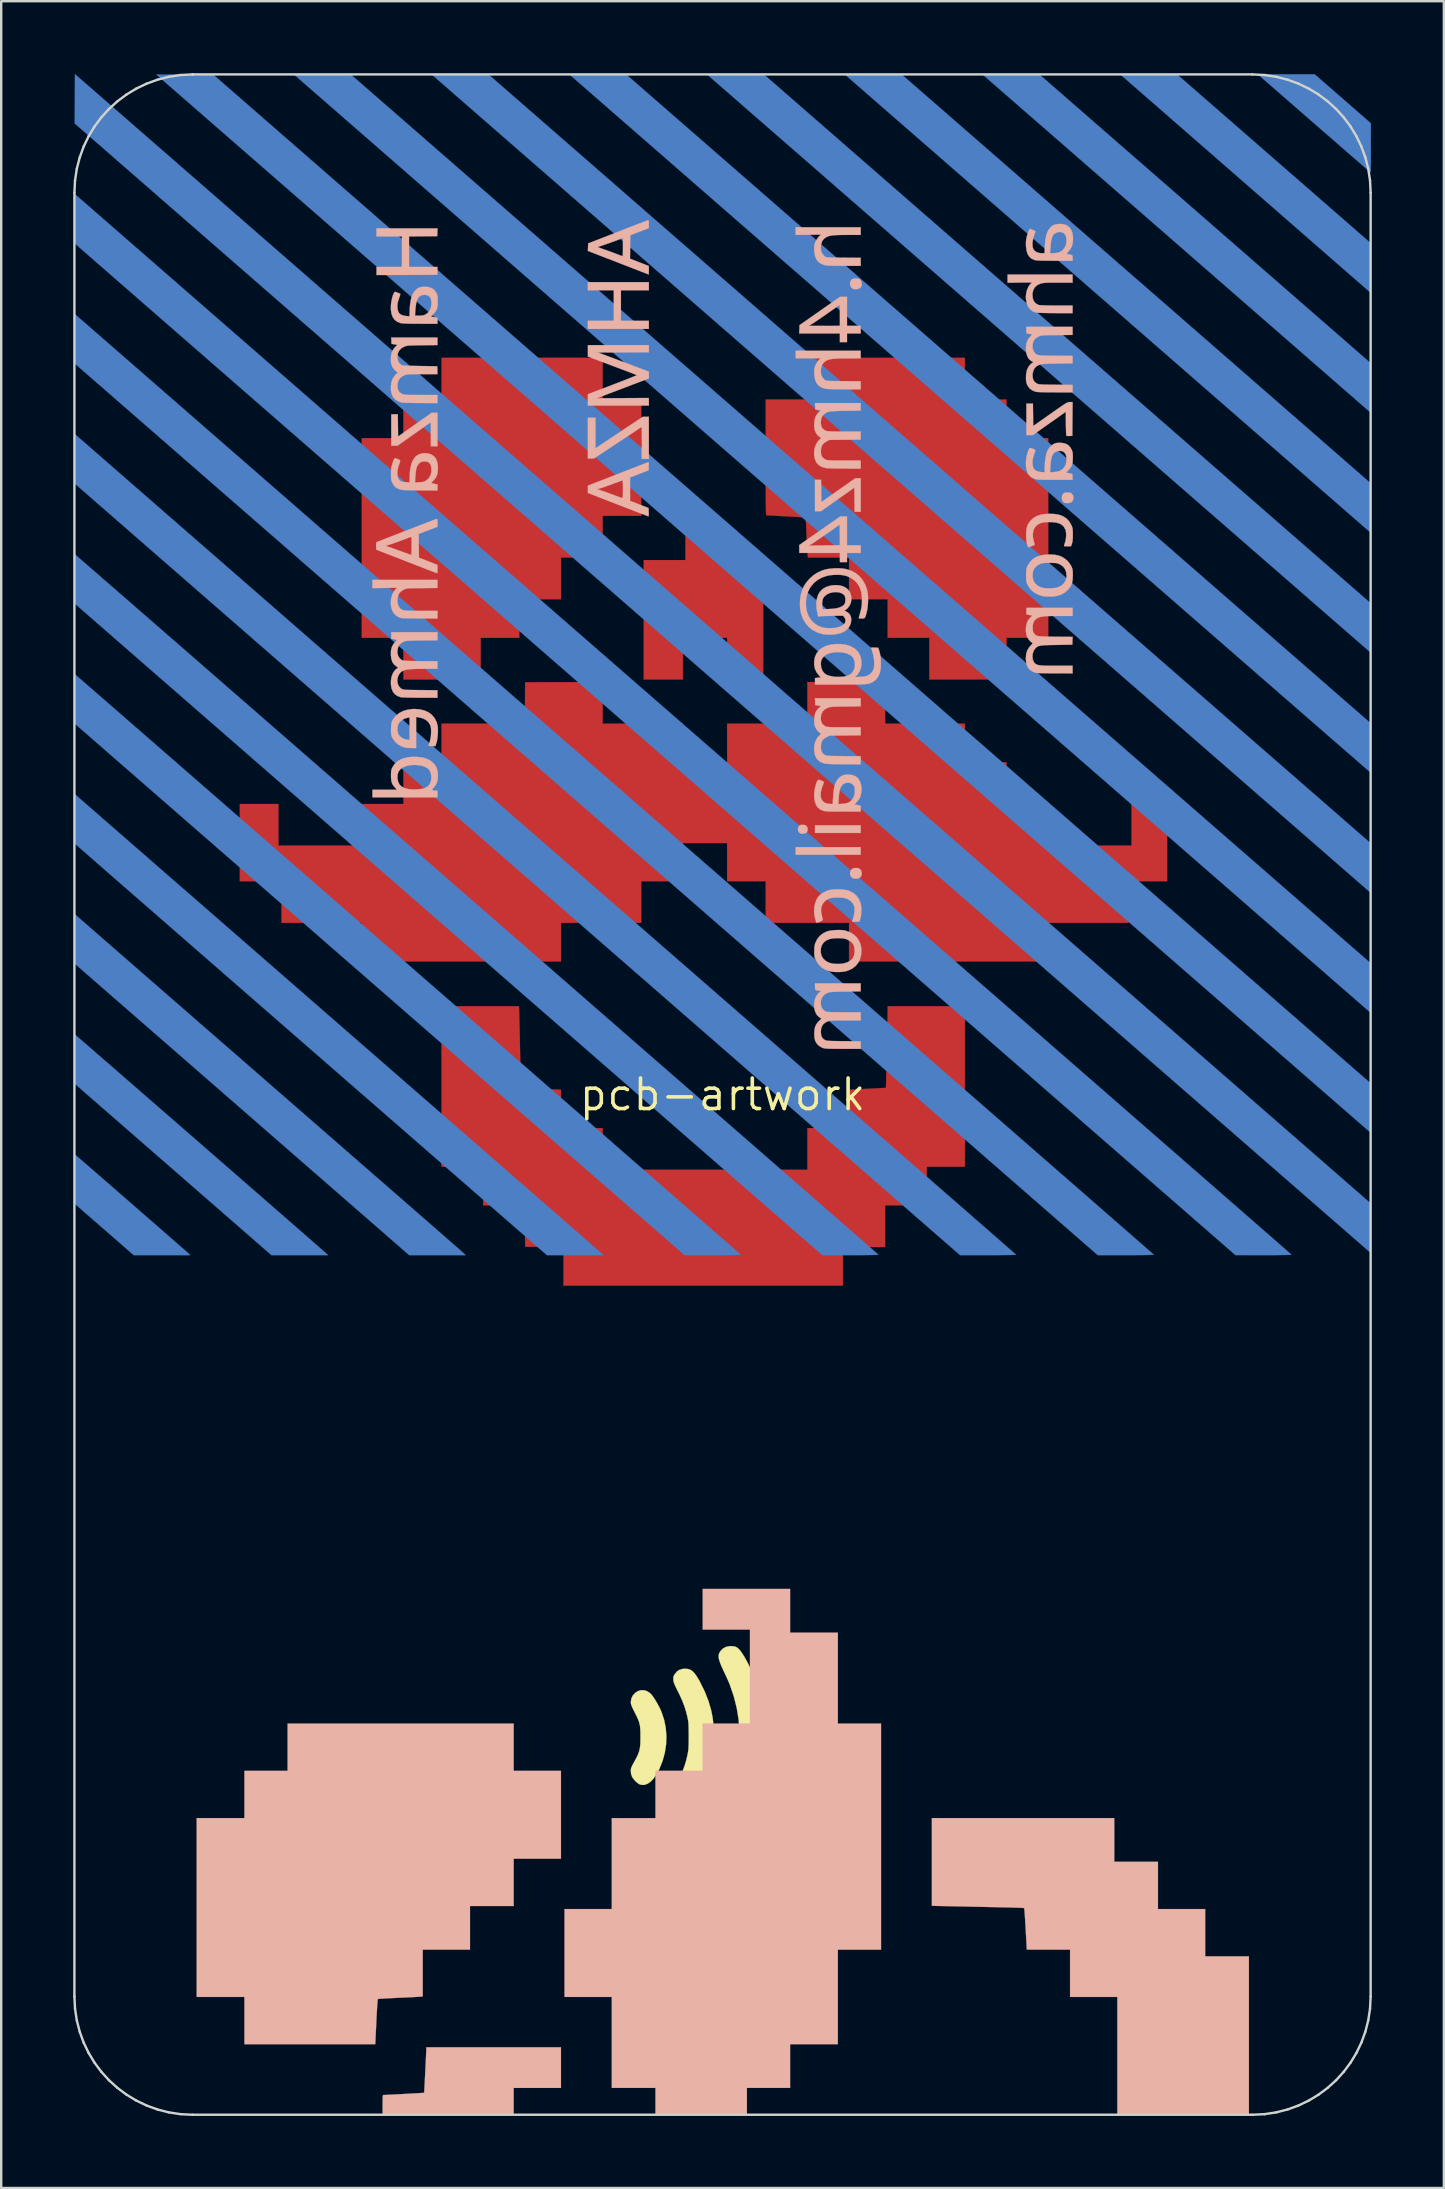
<source format=kicad_pcb>
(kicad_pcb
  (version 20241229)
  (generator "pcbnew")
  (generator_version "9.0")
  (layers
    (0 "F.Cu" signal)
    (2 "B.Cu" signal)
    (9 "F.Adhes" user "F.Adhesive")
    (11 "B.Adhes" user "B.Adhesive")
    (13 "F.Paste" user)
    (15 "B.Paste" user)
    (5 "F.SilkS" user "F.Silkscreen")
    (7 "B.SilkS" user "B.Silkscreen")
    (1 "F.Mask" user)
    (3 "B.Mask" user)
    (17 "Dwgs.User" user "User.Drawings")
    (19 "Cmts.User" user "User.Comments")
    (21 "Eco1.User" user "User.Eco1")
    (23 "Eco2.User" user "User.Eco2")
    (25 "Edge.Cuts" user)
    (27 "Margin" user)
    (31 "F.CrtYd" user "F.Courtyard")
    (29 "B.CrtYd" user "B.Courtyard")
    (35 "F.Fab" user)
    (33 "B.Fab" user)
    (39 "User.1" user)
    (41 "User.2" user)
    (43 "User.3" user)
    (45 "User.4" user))
  (footprint "pcb-artwork"
    (layer "F.Cu")
    (at 27.05 42.55)
    (property "Reference" "pcb-artwork" (at 0 0 0) (layer "F.SilkS") (effects (font (size 1.27 1.27) (thickness 0.15))))
    (attr through_hole)
    (fp_poly (pts (xy -4.995 -28.956) (xy -3.387 -28.956) (xy -3.387 -24.109) (xy -4.995 -24.109) (xy -4.995 -22.373) (xy -6.731 -22.373) (xy -6.731 -20.637) (xy -8.467 -20.637) (xy -8.467 -19.029) (xy -10.075 -19.029) (xy -10.075 -17.293) (xy -13.293 -17.293) (xy -13.293 -19.029) (xy -15.028 -19.029) (xy -15.028 -27.347) (xy -13.293 -27.347) (xy -13.293 -28.956) (xy -11.705 -28.956) (xy -11.705 -30.692) (xy -4.995 -30.692) (xy -4.995 -28.956)) (stroke (width 0.01) (type solid)) (fill yes) (layer "F.Cu"))
    (fp_poly (pts (xy -0.063 -23.807) (xy -0.061 -23.751) (xy -0.057 -23.663) (xy -0.052 -23.551) (xy -0.045 -23.419) (xy -0.037 -23.274) (xy -0.028 -23.122) (xy -0.019 -22.969) (xy -0.01 -22.82) (xy -0.002 -22.681) (xy 0.006 -22.559) (xy 0.013 -22.458) (xy 0.019 -22.386) (xy 0.022 -22.347) (xy 0.023 -22.343) (xy 0.046 -22.339) (xy 0.106 -22.335) (xy 0.198 -22.329) (xy 0.318 -22.322) (xy 0.461 -22.314) (xy 0.621 -22.306) (xy 0.752 -22.3) (xy 0.928 -22.291) (xy 1.095 -22.283) (xy 1.247 -22.275) (xy 1.378 -22.268) (xy 1.483 -22.262) (xy 1.555 -22.257) (xy 1.582 -22.255) (xy 1.693 -22.243) (xy 1.693 -17.293) (xy 0.191 -17.293) (xy 0.191 -19.029) (xy -1.651 -19.029) (xy -1.651 -17.293) (xy -3.281 -17.293) (xy -3.281 -22.267) (xy -1.545 -22.267) (xy -1.545 -23.876) (xy -0.064 -23.876) (xy -0.063 -23.807)) (stroke (width 0.01) (type solid)) (fill yes) (layer "F.Cu"))
    (fp_poly (pts (xy -4.995 -15.452) (xy -1.651 -15.452) (xy -1.651 -13.843) (xy 0.191 -13.843) (xy 0.191 -15.452) (xy 3.535 -15.452) (xy 3.535 -17.187) (xy 6.773 -17.187) (xy 6.773 -15.452) (xy 10.097 -15.452) (xy 10.097 -13.843) (xy 11.832 -13.843) (xy 11.832 -12.107) (xy 13.568 -12.107) (xy 13.568 -10.372) (xy 17.039 -10.372) (xy 17.039 -12.107) (xy 18.521 -12.107) (xy 18.521 -8.89) (xy 16.912 -8.89) (xy 16.912 -7.154) (xy 13.568 -7.154) (xy 13.568 -5.546) (xy 5.271 -5.546) (xy 5.271 -7.154) (xy 1.799 -7.154) (xy 1.799 -8.89) (xy 0.191 -8.89) (xy 0.191 -10.477) (xy -1.651 -10.477) (xy -1.651 -8.89) (xy -3.387 -8.89) (xy -3.387 -7.154) (xy -6.731 -7.154) (xy -6.731 -5.546) (xy -15.028 -5.546) (xy -15.028 -7.154) (xy -18.373 -7.154) (xy -18.373 -8.89) (xy -20.108 -8.89) (xy -20.108 -12.107) (xy -18.5 -12.107) (xy -18.5 -10.372) (xy -15.028 -10.372) (xy -15.028 -12.107) (xy -13.293 -12.107) (xy -13.293 -13.843) (xy -11.705 -13.843) (xy -11.705 -15.452) (xy -8.234 -15.452) (xy -8.229 -16.314) (xy -8.223 -17.177) (xy -4.995 -17.188) (xy -4.995 -15.452)) (stroke (width 0.01) (type solid)) (fill yes) (layer "F.Cu"))
    (fp_poly (pts (xy 10.097 -28.956) (xy 11.832 -28.956) (xy 11.832 -27.347) (xy 13.568 -27.347) (xy 13.568 -19.029) (xy 11.832 -19.029) (xy 11.832 -17.293) (xy 8.615 -17.293) (xy 8.615 -19.029) (xy 6.879 -19.029) (xy 6.879 -20.637) (xy 5.271 -20.637) (xy 5.271 -22.373) (xy 3.559 -22.373) (xy 3.548 -22.463) (xy 3.544 -22.505) (xy 3.539 -22.584) (xy 3.533 -22.694) (xy 3.525 -22.829) (xy 3.518 -22.985) (xy 3.509 -23.154) (xy 3.503 -23.293) (xy 3.495 -23.466) (xy 3.487 -23.625) (xy 3.48 -23.765) (xy 3.473 -23.881) (xy 3.467 -23.97) (xy 3.463 -24.025) (xy 3.461 -24.042) (xy 3.439 -24.044) (xy 3.381 -24.048) (xy 3.291 -24.054) (xy 3.176 -24.061) (xy 3.041 -24.069) (xy 2.892 -24.077) (xy 2.733 -24.086) (xy 2.572 -24.094) (xy 2.412 -24.103) (xy 2.26 -24.11) (xy 2.122 -24.117) (xy 2.003 -24.123) (xy 1.908 -24.127) (xy 1.844 -24.129) (xy 1.836 -24.129) (xy 1.831 -24.131) (xy 1.825 -24.138) (xy 1.821 -24.151) (xy 1.817 -24.174) (xy 1.814 -24.209) (xy 1.811 -24.257) (xy 1.808 -24.322) (xy 1.806 -24.406) (xy 1.804 -24.51) (xy 1.803 -24.637) (xy 1.802 -24.789) (xy 1.801 -24.969) (xy 1.8 -25.179) (xy 1.8 -25.421) (xy 1.799 -25.697) (xy 1.799 -26.01) (xy 1.799 -26.362) (xy 1.799 -26.543) (xy 1.799 -28.956) (xy 3.535 -28.956) (xy 3.535 -30.692) (xy 10.097 -30.692) (xy 10.097 -28.956)) (stroke (width 0.01) (type solid)) (fill yes) (layer "F.Cu"))
    (fp_poly (pts (xy -8.479 -3.635) (xy -8.478 -3.607) (xy -8.475 -3.54) (xy -8.472 -3.437) (xy -8.468 -3.302) (xy -8.464 -3.137) (xy -8.459 -2.947) (xy -8.454 -2.735) (xy -8.449 -2.504) (xy -8.443 -2.257) (xy -8.438 -1.998) (xy -8.437 -1.939) (xy -8.432 -1.678) (xy -8.426 -1.431) (xy -8.421 -1.199) (xy -8.417 -0.986) (xy -8.412 -0.795) (xy -8.408 -0.629) (xy -8.405 -0.493) (xy -8.402 -0.388) (xy -8.4 -0.318) (xy -8.398 -0.286) (xy -8.398 -0.285) (xy -8.376 -0.282) (xy -8.317 -0.279) (xy -8.225 -0.274) (xy -8.103 -0.267) (xy -7.958 -0.26) (xy -7.793 -0.252) (xy -7.614 -0.244) (xy -7.562 -0.241) (xy -6.731 -0.203) (xy -6.731 1.397) (xy -4.995 1.397) (xy -4.995 3.133) (xy 3.535 3.133) (xy 3.535 1.397) (xy 5.271 1.397) (xy 5.271 -0.203) (xy 6.038 -0.241) (xy 6.213 -0.25) (xy 6.375 -0.258) (xy 6.518 -0.266) (xy 6.637 -0.272) (xy 6.728 -0.277) (xy 6.787 -0.281) (xy 6.808 -0.282) (xy 6.809 -0.304) (xy 6.81 -0.363) (xy 6.813 -0.457) (xy 6.816 -0.582) (xy 6.819 -0.733) (xy 6.823 -0.907) (xy 6.828 -1.1) (xy 6.832 -1.307) (xy 6.837 -1.526) (xy 6.842 -1.752) (xy 6.847 -1.98) (xy 6.852 -2.209) (xy 6.857 -2.432) (xy 6.861 -2.647) (xy 6.866 -2.849) (xy 6.869 -3.034) (xy 6.873 -3.2) (xy 6.876 -3.341) (xy 6.878 -3.453) (xy 6.879 -3.534) (xy 6.88 -3.579) (xy 6.88 -3.582) (xy 6.879 -3.683) (xy 10.097 -3.683) (xy 10.097 3.006) (xy 8.509 3.006) (xy 8.509 4.614) (xy 6.773 4.614) (xy 6.773 6.35) (xy 5.016 6.35) (xy 5.016 7.959) (xy -6.625 7.959) (xy -6.625 6.351) (xy -7.424 6.345) (xy -8.223 6.339) (xy -8.229 5.477) (xy -8.234 4.614) (xy -9.97 4.614) (xy -9.97 3.006) (xy -11.705 3.006) (xy -11.705 -3.683) (xy -8.489 -3.683) (xy -8.479 -3.635)) (stroke (width 0.01) (type solid)) (fill yes) (layer "F.Cu"))
    (fp_poly (pts (xy -4.995 -28.956) (xy -3.387 -28.956) (xy -3.387 -24.109) (xy -4.995 -24.109) (xy -4.995 -22.373) (xy -6.731 -22.373) (xy -6.731 -20.637) (xy -8.467 -20.637) (xy -8.467 -19.029) (xy -10.075 -19.029) (xy -10.075 -17.293) (xy -13.293 -17.293) (xy -13.293 -19.029) (xy -15.028 -19.029) (xy -15.028 -27.347) (xy -13.293 -27.347) (xy -13.293 -28.956) (xy -11.705 -28.956) (xy -11.705 -30.692) (xy -4.995 -30.692) (xy -4.995 -28.956)) (stroke (width 0.01) (type solid)) (fill yes) (layer "F.Mask"))
    (fp_poly (pts (xy -0.063 -23.807) (xy -0.061 -23.751) (xy -0.057 -23.663) (xy -0.052 -23.551) (xy -0.045 -23.419) (xy -0.037 -23.274) (xy -0.028 -23.122) (xy -0.019 -22.969) (xy -0.01 -22.82) (xy -0.002 -22.681) (xy 0.006 -22.559) (xy 0.013 -22.458) (xy 0.019 -22.386) (xy 0.022 -22.347) (xy 0.023 -22.343) (xy 0.046 -22.339) (xy 0.106 -22.335) (xy 0.198 -22.329) (xy 0.318 -22.322) (xy 0.461 -22.314) (xy 0.621 -22.306) (xy 0.752 -22.3) (xy 0.928 -22.291) (xy 1.095 -22.283) (xy 1.247 -22.275) (xy 1.378 -22.268) (xy 1.483 -22.262) (xy 1.555 -22.257) (xy 1.582 -22.255) (xy 1.693 -22.243) (xy 1.693 -17.293) (xy 0.191 -17.293) (xy 0.191 -19.029) (xy -1.651 -19.029) (xy -1.651 -17.293) (xy -3.281 -17.293) (xy -3.281 -22.267) (xy -1.545 -22.267) (xy -1.545 -23.876) (xy -0.064 -23.876) (xy -0.063 -23.807)) (stroke (width 0.01) (type solid)) (fill yes) (layer "F.Mask"))
    (fp_poly (pts (xy -4.995 -15.452) (xy -1.651 -15.452) (xy -1.651 -13.843) (xy 0.191 -13.843) (xy 0.191 -15.452) (xy 3.535 -15.452) (xy 3.535 -17.187) (xy 6.773 -17.187) (xy 6.773 -15.452) (xy 10.097 -15.452) (xy 10.097 -13.843) (xy 11.832 -13.843) (xy 11.832 -12.107) (xy 13.568 -12.107) (xy 13.568 -10.372) (xy 17.039 -10.372) (xy 17.039 -12.107) (xy 18.521 -12.107) (xy 18.521 -8.89) (xy 16.912 -8.89) (xy 16.912 -7.154) (xy 13.568 -7.154) (xy 13.568 -5.546) (xy 5.271 -5.546) (xy 5.271 -7.154) (xy 1.799 -7.154) (xy 1.799 -8.89) (xy 0.191 -8.89) (xy 0.191 -10.477) (xy -1.651 -10.477) (xy -1.651 -8.89) (xy -3.387 -8.89) (xy -3.387 -7.154) (xy -6.731 -7.154) (xy -6.731 -5.546) (xy -15.028 -5.546) (xy -15.028 -7.154) (xy -18.373 -7.154) (xy -18.373 -8.89) (xy -20.108 -8.89) (xy -20.108 -12.107) (xy -18.5 -12.107) (xy -18.5 -10.372) (xy -15.028 -10.372) (xy -15.028 -12.107) (xy -13.293 -12.107) (xy -13.293 -13.843) (xy -11.705 -13.843) (xy -11.705 -15.452) (xy -8.234 -15.452) (xy -8.229 -16.314) (xy -8.223 -17.177) (xy -4.995 -17.188) (xy -4.995 -15.452)) (stroke (width 0.01) (type solid)) (fill yes) (layer "F.Mask"))
    (fp_poly (pts (xy 10.097 -28.956) (xy 11.832 -28.956) (xy 11.832 -27.347) (xy 13.568 -27.347) (xy 13.568 -19.029) (xy 11.832 -19.029) (xy 11.832 -17.293) (xy 8.615 -17.293) (xy 8.615 -19.029) (xy 6.879 -19.029) (xy 6.879 -20.637) (xy 5.271 -20.637) (xy 5.271 -22.373) (xy 3.559 -22.373) (xy 3.548 -22.463) (xy 3.544 -22.505) (xy 3.539 -22.584) (xy 3.533 -22.694) (xy 3.525 -22.829) (xy 3.518 -22.985) (xy 3.509 -23.154) (xy 3.503 -23.293) (xy 3.495 -23.466) (xy 3.487 -23.625) (xy 3.48 -23.765) (xy 3.473 -23.881) (xy 3.467 -23.97) (xy 3.463 -24.025) (xy 3.461 -24.042) (xy 3.439 -24.044) (xy 3.381 -24.048) (xy 3.291 -24.054) (xy 3.176 -24.061) (xy 3.041 -24.069) (xy 2.892 -24.077) (xy 2.733 -24.086) (xy 2.572 -24.094) (xy 2.412 -24.103) (xy 2.26 -24.11) (xy 2.122 -24.117) (xy 2.003 -24.123) (xy 1.908 -24.127) (xy 1.844 -24.129) (xy 1.836 -24.129) (xy 1.831 -24.131) (xy 1.825 -24.138) (xy 1.821 -24.151) (xy 1.817 -24.174) (xy 1.814 -24.209) (xy 1.811 -24.257) (xy 1.808 -24.322) (xy 1.806 -24.406) (xy 1.804 -24.51) (xy 1.803 -24.637) (xy 1.802 -24.789) (xy 1.801 -24.969) (xy 1.8 -25.179) (xy 1.8 -25.421) (xy 1.799 -25.697) (xy 1.799 -26.01) (xy 1.799 -26.362) (xy 1.799 -26.543) (xy 1.799 -28.956) (xy 3.535 -28.956) (xy 3.535 -30.692) (xy 10.097 -30.692) (xy 10.097 -28.956)) (stroke (width 0.01) (type solid)) (fill yes) (layer "F.Mask"))
    (fp_poly (pts (xy -8.479 -3.635) (xy -8.478 -3.607) (xy -8.475 -3.54) (xy -8.472 -3.437) (xy -8.468 -3.302) (xy -8.464 -3.137) (xy -8.459 -2.947) (xy -8.454 -2.735) (xy -8.449 -2.504) (xy -8.443 -2.257) (xy -8.438 -1.998) (xy -8.437 -1.939) (xy -8.432 -1.678) (xy -8.426 -1.431) (xy -8.421 -1.199) (xy -8.417 -0.986) (xy -8.412 -0.795) (xy -8.408 -0.629) (xy -8.405 -0.493) (xy -8.402 -0.388) (xy -8.4 -0.318) (xy -8.398 -0.286) (xy -8.398 -0.285) (xy -8.376 -0.282) (xy -8.317 -0.279) (xy -8.225 -0.274) (xy -8.103 -0.267) (xy -7.958 -0.26) (xy -7.793 -0.252) (xy -7.614 -0.244) (xy -7.562 -0.241) (xy -6.731 -0.203) (xy -6.731 1.397) (xy -4.995 1.397) (xy -4.995 3.133) (xy 3.535 3.133) (xy 3.535 1.397) (xy 5.271 1.397) (xy 5.271 -0.203) (xy 6.038 -0.241) (xy 6.213 -0.25) (xy 6.375 -0.258) (xy 6.518 -0.266) (xy 6.637 -0.272) (xy 6.728 -0.277) (xy 6.787 -0.281) (xy 6.808 -0.282) (xy 6.809 -0.304) (xy 6.81 -0.363) (xy 6.813 -0.457) (xy 6.816 -0.582) (xy 6.819 -0.733) (xy 6.823 -0.907) (xy 6.828 -1.1) (xy 6.832 -1.307) (xy 6.837 -1.526) (xy 6.842 -1.752) (xy 6.847 -1.98) (xy 6.852 -2.209) (xy 6.857 -2.432) (xy 6.861 -2.647) (xy 6.866 -2.849) (xy 6.869 -3.034) (xy 6.873 -3.2) (xy 6.876 -3.341) (xy 6.878 -3.453) (xy 6.879 -3.534) (xy 6.88 -3.579) (xy 6.88 -3.582) (xy 6.879 -3.683) (xy 10.097 -3.683) (xy 10.097 3.006) (xy 8.509 3.006) (xy 8.509 4.614) (xy 6.773 4.614) (xy 6.773 6.35) (xy 5.016 6.35) (xy 5.016 7.959) (xy -6.625 7.959) (xy -6.625 6.351) (xy -7.424 6.345) (xy -8.223 6.339) (xy -8.229 5.477) (xy -8.234 4.614) (xy -9.97 4.614) (xy -9.97 3.006) (xy -11.705 3.006) (xy -11.705 -3.683) (xy -8.489 -3.683) (xy -8.479 -3.635)) (stroke (width 0.01) (type solid)) (fill yes) (layer "F.Mask"))
    (fp_poly (pts (xy -26.964 2.51) (xy -26.945 2.525) (xy -26.897 2.567) (xy -26.821 2.632) (xy -26.719 2.72) (xy -26.594 2.828) (xy -26.448 2.955) (xy -26.284 3.098) (xy -26.102 3.256) (xy -25.906 3.426) (xy -25.697 3.608) (xy -25.478 3.798) (xy -25.251 3.996) (xy -25.018 4.198) (xy -24.781 4.405) (xy -24.543 4.612) (xy -24.305 4.82) (xy -24.07 5.025) (xy -23.839 5.226) (xy -23.616 5.42) (xy -23.401 5.607) (xy -23.198 5.784) (xy -23.009 5.95) (xy -22.835 6.102) (xy -22.679 6.238) (xy -22.543 6.357) (xy -22.429 6.457) (xy -22.339 6.536) (xy -22.276 6.592) (xy -22.241 6.623) (xy -22.236 6.627) (xy -22.173 6.689) (xy -24.528 6.689) (xy -25.758 5.617) (xy -26.988 4.546) (xy -26.988 3.52) (xy -26.987 3.267) (xy -26.986 3.054) (xy -26.985 2.879) (xy -26.982 2.74) (xy -26.979 2.636) (xy -26.975 2.564) (xy -26.971 2.523) (xy -26.965 2.509) (xy -26.964 2.51)) (stroke (width 0.01) (type solid)) (fill yes) (layer "B.Cu"))
    (fp_poly (pts (xy 27.009 -40.465) (xy 27.009 -39.441) (xy 27.008 -39.238) (xy 27.008 -39.047) (xy 27.007 -38.875) (xy 27.006 -38.724) (xy 27.005 -38.599) (xy 27.004 -38.503) (xy 27.002 -38.441) (xy 27 -38.418) (xy 27 -38.417) (xy 26.983 -38.431) (xy 26.937 -38.471) (xy 26.862 -38.536) (xy 26.76 -38.624) (xy 26.633 -38.733) (xy 26.484 -38.863) (xy 26.313 -39.011) (xy 26.122 -39.176) (xy 25.914 -39.357) (xy 25.69 -39.552) (xy 25.452 -39.759) (xy 25.202 -39.977) (xy 24.94 -40.205) (xy 24.67 -40.44) (xy 24.656 -40.452) (xy 24.385 -40.688) (xy 24.124 -40.916) (xy 23.872 -41.135) (xy 23.634 -41.343) (xy 23.409 -41.539) (xy 23.2 -41.721) (xy 23.008 -41.888) (xy 22.836 -42.038) (xy 22.686 -42.169) (xy 22.558 -42.28) (xy 22.455 -42.37) (xy 22.378 -42.437) (xy 22.33 -42.479) (xy 22.312 -42.495) (xy 22.311 -42.495) (xy 22.33 -42.496) (xy 22.388 -42.498) (xy 22.48 -42.499) (xy 22.603 -42.5) (xy 22.754 -42.501) (xy 22.928 -42.502) (xy 23.122 -42.502) (xy 23.333 -42.503) (xy 23.487 -42.503) (xy 24.671 -42.503) (xy 27.009 -40.465)) (stroke (width 0.01) (type solid)) (fill yes) (layer "B.Cu"))
    (fp_poly (pts (xy 22.971 -38.984) (xy 27.009 -35.465) (xy 27.009 -34.433) (xy 27.009 -34.228) (xy 27.008 -34.038) (xy 27.008 -33.864) (xy 27.007 -33.713) (xy 27.006 -33.587) (xy 27.006 -33.49) (xy 27.005 -33.428) (xy 27.003 -33.403) (xy 27.003 -33.403) (xy 26.987 -33.417) (xy 26.94 -33.457) (xy 26.864 -33.524) (xy 26.759 -33.615) (xy 26.627 -33.73) (xy 26.47 -33.867) (xy 26.287 -34.027) (xy 26.081 -34.206) (xy 25.852 -34.405) (xy 25.603 -34.623) (xy 25.333 -34.858) (xy 25.044 -35.11) (xy 24.738 -35.377) (xy 24.416 -35.658) (xy 24.078 -35.953) (xy 23.726 -36.26) (xy 23.361 -36.578) (xy 22.985 -36.907) (xy 22.598 -37.244) (xy 22.202 -37.59) (xy 21.844 -37.902) (xy 21.44 -38.254) (xy 21.044 -38.6) (xy 20.657 -38.938) (xy 20.28 -39.266) (xy 19.915 -39.585) (xy 19.562 -39.892) (xy 19.224 -40.188) (xy 18.9 -40.47) (xy 18.593 -40.737) (xy 18.304 -40.99) (xy 18.033 -41.226) (xy 17.783 -41.444) (xy 17.553 -41.644) (xy 17.346 -41.824) (xy 17.163 -41.984) (xy 17.004 -42.122) (xy 16.872 -42.238) (xy 16.766 -42.329) (xy 16.69 -42.396) (xy 16.642 -42.437) (xy 16.626 -42.451) (xy 16.563 -42.502) (xy 17.748 -42.502) (xy 18.934 -42.502) (xy 22.971 -38.984)) (stroke (width 0.01) (type solid)) (fill yes) (layer "B.Cu"))
    (fp_poly (pts (xy 20.024 -36.552) (xy 20.489 -36.146) (xy 20.947 -35.747) (xy 21.396 -35.355) (xy 21.836 -34.973) (xy 22.264 -34.599) (xy 22.68 -34.236) (xy 23.084 -33.885) (xy 23.473 -33.546) (xy 23.847 -33.22) (xy 24.205 -32.908) (xy 24.545 -32.611) (xy 24.868 -32.33) (xy 25.171 -32.066) (xy 25.454 -31.819) (xy 25.715 -31.592) (xy 25.954 -31.384) (xy 26.169 -31.196) (xy 26.36 -31.03) (xy 26.525 -30.886) (xy 26.663 -30.765) (xy 26.774 -30.669) (xy 26.856 -30.597) (xy 26.908 -30.552) (xy 26.929 -30.533) (xy 26.929 -30.533) (xy 27.009 -30.465) (xy 26.998 -28.412) (xy 18.997 -35.385) (xy 18.493 -35.825) (xy 17.996 -36.258) (xy 17.508 -36.683) (xy 17.03 -37.1) (xy 16.562 -37.507) (xy 16.106 -37.905) (xy 15.662 -38.291) (xy 15.232 -38.666) (xy 14.817 -39.028) (xy 14.417 -39.377) (xy 14.033 -39.711) (xy 13.667 -40.03) (xy 13.319 -40.333) (xy 12.991 -40.619) (xy 12.683 -40.887) (xy 12.396 -41.137) (xy 12.132 -41.368) (xy 11.89 -41.578) (xy 11.673 -41.767) (xy 11.481 -41.934) (xy 11.315 -42.079) (xy 11.176 -42.2) (xy 11.066 -42.296) (xy 10.984 -42.367) (xy 10.932 -42.412) (xy 10.911 -42.43) (xy 10.827 -42.502) (xy 12.012 -42.502) (xy 13.197 -42.502) (xy 20.024 -36.552)) (stroke (width 0.01) (type solid)) (fill yes) (layer "B.Cu"))
    (fp_poly (pts (xy -26.96 -2.484) (xy -26.913 -2.444) (xy -26.837 -2.378) (xy -26.733 -2.288) (xy -26.604 -2.176) (xy -26.449 -2.042) (xy -26.271 -1.888) (xy -26.072 -1.714) (xy -25.852 -1.523) (xy -25.613 -1.316) (xy -25.356 -1.093) (xy -25.084 -0.856) (xy -24.797 -0.606) (xy -24.497 -0.345) (xy -24.185 -0.074) (xy -23.863 0.207) (xy -23.531 0.495) (xy -23.193 0.79) (xy -22.848 1.089) (xy -22.499 1.393) (xy -22.147 1.7) (xy -21.794 2.008) (xy -21.44 2.316) (xy -21.087 2.624) (xy -20.737 2.928) (xy -20.391 3.23) (xy -20.051 3.526) (xy -19.717 3.817) (xy -19.392 4.1) (xy -19.077 4.375) (xy -18.773 4.64) (xy -18.482 4.893) (xy -18.206 5.135) (xy -17.945 5.362) (xy -17.701 5.575) (xy -17.475 5.772) (xy -17.27 5.952) (xy -17.085 6.113) (xy -16.924 6.254) (xy -16.787 6.373) (xy -16.676 6.471) (xy -16.592 6.545) (xy -16.536 6.594) (xy -16.511 6.617) (xy -16.51 6.617) (xy -16.437 6.689) (xy -18.791 6.689) (xy -22.889 3.117) (xy -26.988 -0.454) (xy -26.988 -1.476) (xy -26.987 -1.68) (xy -26.987 -1.869) (xy -26.986 -2.042) (xy -26.984 -2.193) (xy -26.983 -2.318) (xy -26.981 -2.413) (xy -26.979 -2.474) (xy -26.977 -2.498) (xy -26.977 -2.498) (xy -26.96 -2.484)) (stroke (width 0.01) (type solid)) (fill yes) (layer "B.Cu"))
    (fp_poly (pts (xy -26.919 -7.458) (xy -26.899 -7.44) (xy -26.848 -7.395) (xy -26.766 -7.324) (xy -26.656 -7.228) (xy -26.518 -7.108) (xy -26.353 -6.963) (xy -26.161 -6.796) (xy -25.945 -6.607) (xy -25.704 -6.397) (xy -25.44 -6.167) (xy -25.154 -5.918) (xy -24.846 -5.65) (xy -24.518 -5.364) (xy -24.171 -5.061) (xy -23.805 -4.742) (xy -23.422 -4.409) (xy -23.022 -4.06) (xy -22.607 -3.699) (xy -22.178 -3.324) (xy -21.735 -2.938) (xy -21.279 -2.541) (xy -20.811 -2.134) (xy -20.333 -1.718) (xy -19.845 -1.293) (xy -19.349 -0.86) (xy -18.86 -0.434) (xy -18.355 0.005) (xy -17.859 0.438) (xy -17.371 0.863) (xy -16.893 1.279) (xy -16.425 1.686) (xy -15.97 2.083) (xy -15.526 2.47) (xy -15.097 2.844) (xy -14.682 3.206) (xy -14.282 3.554) (xy -13.899 3.888) (xy -13.533 4.207) (xy -13.185 4.51) (xy -12.857 4.796) (xy -12.55 5.065) (xy -12.263 5.314) (xy -11.999 5.545) (xy -11.758 5.755) (xy -11.542 5.944) (xy -11.35 6.111) (xy -11.185 6.256) (xy -11.047 6.377) (xy -10.937 6.473) (xy -10.856 6.544) (xy -10.805 6.589) (xy -10.785 6.607) (xy -10.7 6.689) (xy -13.053 6.689) (xy -20.015 0.621) (xy -26.977 -5.446) (xy -26.982 -6.484) (xy -26.988 -7.523) (xy -26.919 -7.458)) (stroke (width 0.01) (type solid)) (fill yes) (layer "B.Cu"))
    (fp_poly (pts (xy 2.889 -21.483) (xy 27.009 -0.462) (xy 27.009 0.563) (xy 27.009 0.766) (xy 27.008 0.957) (xy 27.007 1.129) (xy 27.007 1.281) (xy 27.006 1.406) (xy 27.004 1.502) (xy 27.003 1.563) (xy 27.002 1.587) (xy 27.002 1.587) (xy 26.986 1.574) (xy 26.938 1.532) (xy 26.86 1.464) (xy 26.751 1.37) (xy 26.613 1.25) (xy 26.445 1.104) (xy 26.249 0.933) (xy 26.024 0.737) (xy 25.772 0.518) (xy 25.493 0.275) (xy 25.187 0.008) (xy 24.855 -0.28) (xy 24.498 -0.592) (xy 24.116 -0.924) (xy 23.71 -1.279) (xy 23.279 -1.653) (xy 22.825 -2.049) (xy 22.349 -2.464) (xy 21.85 -2.898) (xy 21.33 -3.352) (xy 20.788 -3.824) (xy 20.226 -4.314) (xy 19.643 -4.821) (xy 19.041 -5.345) (xy 18.42 -5.886) (xy 17.781 -6.444) (xy 17.123 -7.016) (xy 16.449 -7.604) (xy 15.757 -8.207) (xy 15.049 -8.824) (xy 14.325 -9.455) (xy 13.586 -10.099) (xy 12.832 -10.756) (xy 12.064 -11.425) (xy 11.282 -12.107) (xy 10.487 -12.799) (xy 9.679 -13.503) (xy 8.86 -14.217) (xy 8.029 -14.941) (xy 7.187 -15.675) (xy 6.334 -16.418) (xy 5.472 -17.169) (xy 4.6 -17.929) (xy 3.72 -18.697) (xy 2.831 -19.471) (xy 1.934 -20.253) (xy 1.705 -20.452) (xy -23.585 -42.492) (xy -22.408 -42.498) (xy -21.231 -42.503) (xy 2.889 -21.483)) (stroke (width 0.01) (type solid)) (fill yes) (layer "B.Cu"))
    (fp_poly (pts (xy -16.034 -2.972) (xy -15.444 -2.457) (xy -14.861 -1.95) (xy -14.287 -1.45) (xy -13.723 -0.958) (xy -13.168 -0.474) (xy -12.625 -0.001) (xy -12.093 0.462) (xy -11.575 0.915) (xy -11.069 1.355) (xy -10.578 1.783) (xy -10.102 2.198) (xy -9.643 2.599) (xy -9.199 2.985) (xy -8.774 3.356) (xy -8.367 3.711) (xy -7.979 4.05) (xy -7.611 4.37) (xy -7.264 4.673) (xy -6.939 4.956) (xy -6.637 5.22) (xy -6.358 5.464) (xy -6.103 5.687) (xy -5.872 5.887) (xy -5.668 6.066) (xy -5.491 6.221) (xy -5.341 6.352) (xy -5.219 6.458) (xy -5.126 6.54) (xy -5.063 6.595) (xy -5.032 6.623) (xy -5.027 6.626) (xy -4.964 6.689) (xy -7.315 6.689) (xy -17.083 -1.822) (xy -17.64 -2.308) (xy -18.19 -2.787) (xy -18.731 -3.259) (xy -19.263 -3.722) (xy -19.784 -4.176) (xy -20.294 -4.621) (xy -20.792 -5.055) (xy -21.277 -5.478) (xy -21.748 -5.888) (xy -22.205 -6.286) (xy -22.645 -6.671) (xy -23.07 -7.041) (xy -23.477 -7.396) (xy -23.866 -7.735) (xy -24.235 -8.057) (xy -24.585 -8.362) (xy -24.914 -8.649) (xy -25.221 -8.917) (xy -25.506 -9.165) (xy -25.767 -9.393) (xy -26.004 -9.6) (xy -26.215 -9.785) (xy -26.401 -9.947) (xy -26.56 -10.086) (xy -26.691 -10.2) (xy -26.793 -10.29) (xy -26.866 -10.353) (xy -26.908 -10.391) (xy -26.919 -10.401) (xy -26.988 -10.468) (xy -26.982 -11.488) (xy -26.977 -12.508) (xy -16.034 -2.972)) (stroke (width 0.01) (type solid)) (fill yes) (layer "B.Cu"))
    (fp_poly (pts (xy 6.276 -42.502) (xy 7.461 -42.501) (xy 17.177 -34.034) (xy 17.733 -33.55) (xy 18.281 -33.072) (xy 18.82 -32.602) (xy 19.35 -32.14) (xy 19.87 -31.687) (xy 20.378 -31.244) (xy 20.874 -30.811) (xy 21.357 -30.39) (xy 21.827 -29.981) (xy 22.281 -29.584) (xy 22.72 -29.202) (xy 23.142 -28.834) (xy 23.547 -28.48) (xy 23.934 -28.143) (xy 24.302 -27.823) (xy 24.649 -27.519) (xy 24.976 -27.234) (xy 25.281 -26.968) (xy 25.563 -26.722) (xy 25.822 -26.496) (xy 26.056 -26.292) (xy 26.265 -26.109) (xy 26.449 -25.949) (xy 26.605 -25.813) (xy 26.733 -25.7) (xy 26.832 -25.613) (xy 26.902 -25.552) (xy 26.942 -25.517) (xy 26.951 -25.509) (xy 27.009 -25.452) (xy 27.004 -24.431) (xy 26.998 -23.411) (xy 16.14 -32.875) (xy 15.551 -33.387) (xy 14.971 -33.893) (xy 14.399 -34.392) (xy 13.836 -34.882) (xy 13.284 -35.364) (xy 12.742 -35.836) (xy 12.212 -36.297) (xy 11.695 -36.748) (xy 11.191 -37.187) (xy 10.702 -37.614) (xy 10.228 -38.027) (xy 9.769 -38.426) (xy 9.328 -38.811) (xy 8.904 -39.181) (xy 8.498 -39.534) (xy 8.112 -39.871) (xy 7.745 -40.19) (xy 7.4 -40.491) (xy 7.076 -40.773) (xy 6.775 -41.035) (xy 6.498 -41.277) (xy 6.244 -41.498) (xy 6.016 -41.697) (xy 5.814 -41.873) (xy 5.638 -42.027) (xy 5.49 -42.156) (xy 5.37 -42.26) (xy 5.279 -42.339) (xy 5.218 -42.392) (xy 5.189 -42.418) (xy 5.186 -42.42) (xy 5.091 -42.502) (xy 6.276 -42.502)) (stroke (width 0.01) (type solid)) (fill yes) (layer "B.Cu"))
    (fp_poly (pts (xy -26.924 -17.46) (xy -26.902 -17.441) (xy -26.848 -17.395) (xy -26.765 -17.323) (xy -26.653 -17.225) (xy -26.512 -17.103) (xy -26.344 -16.957) (xy -26.15 -16.789) (xy -25.93 -16.597) (xy -25.686 -16.385) (xy -25.417 -16.151) (xy -25.126 -15.898) (xy -24.813 -15.625) (xy -24.479 -15.334) (xy -24.125 -15.026) (xy -23.751 -14.7) (xy -23.359 -14.359) (xy -22.949 -14.002) (xy -22.522 -13.63) (xy -22.08 -13.245) (xy -21.623 -12.846) (xy -21.151 -12.436) (xy -20.667 -12.014) (xy -20.17 -11.581) (xy -19.662 -11.138) (xy -19.144 -10.686) (xy -18.616 -10.226) (xy -18.079 -9.758) (xy -17.534 -9.284) (xy -16.982 -8.803) (xy -16.425 -8.317) (xy -15.862 -7.826) (xy -15.294 -7.332) (xy -14.724 -6.834) (xy -14.151 -6.335) (xy -13.576 -5.834) (xy -13 -5.332) (xy -12.425 -4.83) (xy -11.85 -4.33) (xy -11.278 -3.831) (xy -10.708 -3.334) (xy -10.142 -2.84) (xy -9.58 -2.351) (xy -9.024 -1.866) (xy -8.474 -1.386) (xy -7.932 -0.913) (xy -7.397 -0.447) (xy -6.872 0.011) (xy -6.356 0.461) (xy -5.851 0.901) (xy -5.358 1.331) (xy -4.877 1.75) (xy -4.41 2.158) (xy -3.957 2.553) (xy -3.519 2.935) (xy -3.097 3.303) (xy -2.692 3.657) (xy -2.305 3.994) (xy -1.937 4.316) (xy -1.588 4.62) (xy -1.26 4.907) (xy -0.953 5.174) (xy -0.668 5.423) (xy -0.406 5.651) (xy -0.169 5.859) (xy 0.044 6.045) (xy 0.231 6.208) (xy 0.391 6.348) (xy 0.523 6.464) (xy 0.627 6.555) (xy 0.702 6.621) (xy 0.747 6.66) (xy 0.76 6.673) (xy 0.74 6.676) (xy 0.681 6.679) (xy 0.588 6.681) (xy 0.464 6.683) (xy 0.312 6.685) (xy 0.137 6.687) (xy -0.057 6.688) (xy -0.267 6.689) (xy -0.408 6.689) (xy -1.578 6.689) (xy -14.283 -4.383) (xy -26.988 -15.456) (xy -26.988 -17.51) (xy -26.924 -17.46)) (stroke (width 0.01) (type solid)) (fill yes) (layer "B.Cu"))
    (fp_poly (pts (xy 0.074 -42.499) (xy 0.293 -42.499) (xy 0.544 -42.498) (xy 1.732 -42.492) (xy 27.009 -20.463) (xy 27.009 -19.439) (xy 27.009 -19.235) (xy 27.008 -19.045) (xy 27.007 -18.873) (xy 27.006 -18.722) (xy 27.005 -18.596) (xy 27.004 -18.501) (xy 27.003 -18.439) (xy 27.001 -18.415) (xy 27.001 -18.415) (xy 26.985 -18.429) (xy 26.938 -18.47) (xy 26.86 -18.537) (xy 26.752 -18.631) (xy 26.616 -18.749) (xy 26.451 -18.893) (xy 26.258 -19.06) (xy 26.039 -19.251) (xy 25.794 -19.464) (xy 25.523 -19.7) (xy 25.228 -19.957) (xy 24.908 -20.235) (xy 24.566 -20.533) (xy 24.201 -20.851) (xy 23.814 -21.188) (xy 23.407 -21.543) (xy 22.979 -21.915) (xy 22.531 -22.305) (xy 22.065 -22.711) (xy 21.581 -23.133) (xy 21.079 -23.57) (xy 20.561 -24.022) (xy 20.026 -24.487) (xy 19.477 -24.966) (xy 18.913 -25.457) (xy 18.335 -25.96) (xy 17.744 -26.475) (xy 17.141 -27) (xy 16.527 -27.536) (xy 15.902 -28.081) (xy 15.266 -28.634) (xy 14.621 -29.196) (xy 13.968 -29.765) (xy 13.307 -30.342) (xy 13.206 -30.43) (xy 12.543 -31.007) (xy 11.888 -31.578) (xy 11.242 -32.141) (xy 10.605 -32.696) (xy 9.977 -33.243) (xy 9.361 -33.78) (xy 8.755 -34.308) (xy 8.162 -34.824) (xy 7.582 -35.33) (xy 7.015 -35.824) (xy 6.463 -36.305) (xy 5.926 -36.773) (xy 5.404 -37.228) (xy 4.899 -37.668) (xy 4.412 -38.093) (xy 3.942 -38.503) (xy 3.491 -38.896) (xy 3.059 -39.272) (xy 2.647 -39.631) (xy 2.257 -39.971) (xy 1.888 -40.293) (xy 1.541 -40.595) (xy 1.217 -40.877) (xy 0.917 -41.139) (xy 0.642 -41.379) (xy 0.392 -41.597) (xy 0.168 -41.792) (xy -0.03 -41.964) (xy -0.2 -42.113) (xy -0.342 -42.236) (xy -0.455 -42.335) (xy -0.538 -42.408) (xy -0.591 -42.454) (xy -0.613 -42.473) (xy -0.613 -42.474) (xy -0.615 -42.48) (xy -0.605 -42.485) (xy -0.578 -42.49) (xy -0.533 -42.493) (xy -0.467 -42.496) (xy -0.376 -42.498) (xy -0.258 -42.499) (xy -0.109 -42.499) (xy 0.074 -42.499)) (stroke (width 0.01) (type solid)) (fill yes) (layer "B.Cu"))
    (fp_poly (pts (xy -26.919 -27.46) (xy -26.9 -27.444) (xy -26.85 -27.4) (xy -26.77 -27.33) (xy -26.659 -27.233) (xy -26.519 -27.111) (xy -26.35 -26.963) (xy -26.152 -26.791) (xy -25.928 -26.595) (xy -25.676 -26.375) (xy -25.397 -26.132) (xy -25.093 -25.867) (xy -24.764 -25.58) (xy -24.41 -25.272) (xy -24.032 -24.942) (xy -23.631 -24.593) (xy -23.208 -24.223) (xy -22.762 -23.835) (xy -22.294 -23.427) (xy -21.806 -23.002) (xy -21.297 -22.558) (xy -20.769 -22.098) (xy -20.222 -21.621) (xy -19.656 -21.128) (xy -19.073 -20.62) (xy -18.472 -20.096) (xy -17.855 -19.558) (xy -17.222 -19.006) (xy -16.574 -18.441) (xy -15.91 -17.863) (xy -15.233 -17.273) (xy -14.542 -16.671) (xy -13.838 -16.057) (xy -13.122 -15.433) (xy -12.394 -14.799) (xy -11.656 -14.155) (xy -10.906 -13.502) (xy -10.147 -12.841) (xy -9.379 -12.171) (xy -8.602 -11.494) (xy -7.817 -10.81) (xy -7.313 -10.371) (xy -6.524 -9.683) (xy -5.742 -9.002) (xy -4.969 -8.328) (xy -4.204 -7.662) (xy -3.449 -7.004) (xy -2.705 -6.355) (xy -1.971 -5.715) (xy -1.248 -5.086) (xy -0.537 -4.466) (xy 0.161 -3.858) (xy 0.846 -3.261) (xy 1.517 -2.676) (xy 2.174 -2.103) (xy 2.815 -1.544) (xy 3.441 -0.998) (xy 4.051 -0.466) (xy 4.644 0.051) (xy 5.22 0.552) (xy 5.777 1.038) (xy 6.316 1.508) (xy 6.835 1.961) (xy 7.335 2.396) (xy 7.814 2.814) (xy 8.271 3.213) (xy 8.707 3.594) (xy 9.121 3.955) (xy 9.512 4.296) (xy 9.879 4.616) (xy 10.222 4.915) (xy 10.54 5.193) (xy 10.833 5.448) (xy 11.1 5.681) (xy 11.34 5.891) (xy 11.553 6.077) (xy 11.738 6.239) (xy 11.894 6.376) (xy 12.022 6.487) (xy 12.12 6.573) (xy 12.187 6.632) (xy 12.224 6.664) (xy 12.231 6.671) (xy 12.212 6.674) (xy 12.154 6.677) (xy 12.061 6.68) (xy 11.938 6.683) (xy 11.787 6.685) (xy 11.613 6.686) (xy 11.419 6.688) (xy 11.209 6.688) (xy 11.067 6.688) (xy 9.895 6.688) (xy -8.541 -9.379) (xy -26.977 -25.447) (xy -26.982 -26.486) (xy -26.988 -27.525) (xy -26.919 -27.46)) (stroke (width 0.01) (type solid)) (fill yes) (layer "B.Cu"))
    (fp_poly (pts (xy -5.349 -42.498) (xy -5.192 -42.498) (xy -4.006 -42.492) (xy 11.501 -28.978) (xy 27.009 -15.463) (xy 27.009 -14.441) (xy 27.008 -14.238) (xy 27.007 -14.048) (xy 27.006 -13.876) (xy 27.004 -13.725) (xy 27.002 -13.601) (xy 26.999 -13.506) (xy 26.996 -13.445) (xy 26.993 -13.421) (xy 26.993 -13.421) (xy 26.976 -13.435) (xy 26.928 -13.476) (xy 26.85 -13.544) (xy 26.742 -13.638) (xy 26.604 -13.757) (xy 26.438 -13.902) (xy 26.244 -14.071) (xy 26.023 -14.263) (xy 25.775 -14.479) (xy 25.501 -14.717) (xy 25.201 -14.977) (xy 24.878 -15.259) (xy 24.53 -15.562) (xy 24.159 -15.885) (xy 23.765 -16.228) (xy 23.349 -16.59) (xy 22.912 -16.971) (xy 22.454 -17.369) (xy 21.977 -17.785) (xy 21.479 -18.218) (xy 20.964 -18.667) (xy 20.43 -19.132) (xy 19.879 -19.613) (xy 19.311 -20.107) (xy 18.727 -20.616) (xy 18.128 -21.138) (xy 17.514 -21.673) (xy 16.886 -22.22) (xy 16.245 -22.779) (xy 15.591 -23.349) (xy 14.925 -23.929) (xy 14.247 -24.519) (xy 13.559 -25.119) (xy 12.861 -25.728) (xy 12.153 -26.345) (xy 11.437 -26.969) (xy 10.712 -27.601) (xy 10.315 -27.947) (xy 9.586 -28.582) (xy 8.865 -29.211) (xy 8.153 -29.832) (xy 7.449 -30.445) (xy 6.756 -31.05) (xy 6.072 -31.645) (xy 5.4 -32.232) (xy 4.739 -32.808) (xy 4.091 -33.373) (xy 3.456 -33.927) (xy 2.834 -34.468) (xy 2.227 -34.998) (xy 1.634 -35.514) (xy 1.058 -36.017) (xy 0.497 -36.505) (xy -0.046 -36.979) (xy -0.571 -37.437) (xy -1.079 -37.879) (xy -1.567 -38.305) (xy -2.036 -38.714) (xy -2.484 -39.105) (xy -2.912 -39.477) (xy -3.317 -39.831) (xy -3.701 -40.166) (xy -4.062 -40.48) (xy -4.399 -40.774) (xy -4.711 -41.046) (xy -4.999 -41.297) (xy -5.261 -41.526) (xy -5.497 -41.732) (xy -5.706 -41.914) (xy -5.888 -42.072) (xy -6.041 -42.206) (xy -6.165 -42.314) (xy -6.26 -42.397) (xy -6.324 -42.453) (xy -6.358 -42.483) (xy -6.363 -42.487) (xy -6.345 -42.49) (xy -6.289 -42.492) (xy -6.198 -42.494) (xy -6.076 -42.496) (xy -5.926 -42.497) (xy -5.753 -42.498) (xy -5.559 -42.498) (xy -5.349 -42.498)) (stroke (width 0.01) (type solid)) (fill yes) (layer "B.Cu"))
    (fp_poly (pts (xy 5.752 -23.989) (xy 6.576 -23.272) (xy 7.391 -22.561) (xy 8.199 -21.857) (xy 8.997 -21.162) (xy 9.786 -20.474) (xy 10.565 -19.795) (xy 11.334 -19.126) (xy 12.091 -18.466) (xy 12.836 -17.816) (xy 13.569 -17.177) (xy 14.29 -16.55) (xy 14.996 -15.934) (xy 15.689 -15.33) (xy 16.367 -14.74) (xy 17.029 -14.162) (xy 17.676 -13.599) (xy 18.306 -13.05) (xy 18.919 -12.515) (xy 19.515 -11.996) (xy 20.092 -11.493) (xy 20.651 -11.006) (xy 21.19 -10.537) (xy 21.709 -10.084) (xy 22.208 -9.65) (xy 22.686 -9.234) (xy 23.141 -8.836) (xy 23.575 -8.459) (xy 23.985 -8.101) (xy 24.372 -7.764) (xy 24.735 -7.447) (xy 25.074 -7.153) (xy 25.387 -6.88) (xy 25.674 -6.629) (xy 25.935 -6.402) (xy 26.169 -6.198) (xy 26.375 -6.019) (xy 26.553 -5.863) (xy 26.703 -5.733) (xy 26.823 -5.629) (xy 26.913 -5.55) (xy 26.973 -5.498) (xy 27.001 -5.474) (xy 27.004 -5.471) (xy 27.005 -5.45) (xy 27.005 -5.391) (xy 27.006 -5.297) (xy 27.006 -5.173) (xy 27.006 -5.024) (xy 27.005 -4.852) (xy 27.005 -4.662) (xy 27.004 -4.459) (xy 27.004 -4.439) (xy 26.998 -3.41) (xy 25.949 -4.325) (xy 25.892 -4.374) (xy 25.804 -4.451) (xy 25.685 -4.554) (xy 25.536 -4.684) (xy 25.358 -4.839) (xy 25.151 -5.02) (xy 24.916 -5.225) (xy 24.653 -5.454) (xy 24.363 -5.706) (xy 24.047 -5.982) (xy 23.706 -6.279) (xy 23.339 -6.599) (xy 22.948 -6.94) (xy 22.533 -7.302) (xy 22.094 -7.683) (xy 21.634 -8.085) (xy 21.151 -8.506) (xy 20.647 -8.945) (xy 20.122 -9.402) (xy 19.577 -9.877) (xy 19.013 -10.369) (xy 18.43 -10.877) (xy 17.828 -11.401) (xy 17.209 -11.941) (xy 16.573 -12.495) (xy 15.921 -13.064) (xy 15.253 -13.646) (xy 14.57 -14.241) (xy 13.872 -14.849) (xy 13.16 -15.469) (xy 12.436 -16.101) (xy 11.698 -16.743) (xy 10.949 -17.396) (xy 10.188 -18.059) (xy 9.417 -18.732) (xy 8.635 -19.413) (xy 7.844 -20.102) (xy 7.044 -20.799) (xy 6.236 -21.504) (xy 5.42 -22.215) (xy 4.597 -22.932) (xy 3.768 -23.655) (xy 3.526 -23.865) (xy -17.847 -42.492) (xy -16.67 -42.498) (xy -15.493 -42.503) (xy 5.752 -23.989)) (stroke (width 0.01) (type solid)) (fill yes) (layer "B.Cu"))
    (fp_poly (pts (xy -26.953 -22.482) (xy -26.905 -22.441) (xy -26.827 -22.373) (xy -26.719 -22.28) (xy -26.582 -22.161) (xy -26.418 -22.018) (xy -26.227 -21.852) (xy -26.009 -21.663) (xy -25.766 -21.451) (xy -25.498 -21.218) (xy -25.206 -20.964) (xy -24.892 -20.691) (xy -24.555 -20.397) (xy -24.196 -20.085) (xy -23.817 -19.755) (xy -23.418 -19.408) (xy -23.001 -19.044) (xy -22.565 -18.665) (xy -22.111 -18.27) (xy -21.641 -17.86) (xy -21.155 -17.437) (xy -20.655 -17.001) (xy -20.14 -16.552) (xy -19.611 -16.092) (xy -19.07 -15.621) (xy -18.518 -15.139) (xy -17.954 -14.648) (xy -17.38 -14.148) (xy -16.797 -13.64) (xy -16.205 -13.125) (xy -15.606 -12.602) (xy -15 -12.074) (xy -14.387 -11.54) (xy -13.769 -11.002) (xy -13.147 -10.459) (xy -12.521 -9.914) (xy -11.892 -9.365) (xy -11.261 -8.815) (xy -10.628 -8.264) (xy -9.995 -7.713) (xy -9.363 -7.161) (xy -8.731 -6.611) (xy -8.102 -6.062) (xy -7.475 -5.516) (xy -6.851 -4.972) (xy -6.232 -4.433) (xy -5.619 -3.898) (xy -5.011 -3.368) (xy -4.41 -2.844) (xy -3.816 -2.326) (xy -3.231 -1.816) (xy -2.655 -1.314) (xy -2.088 -0.82) (xy -1.533 -0.336) (xy -0.989 0.138) (xy -0.458 0.602) (xy 0.06 1.054) (xy 0.565 1.494) (xy 1.054 1.92) (xy 1.528 2.334) (xy 1.985 2.733) (xy 2.425 3.117) (xy 2.848 3.485) (xy 3.251 3.837) (xy 3.635 4.172) (xy 3.998 4.489) (xy 4.34 4.787) (xy 4.66 5.066) (xy 4.957 5.326) (xy 5.231 5.565) (xy 5.48 5.782) (xy 5.704 5.978) (xy 5.902 6.151) (xy 6.072 6.3) (xy 6.216 6.425) (xy 6.33 6.526) (xy 6.416 6.601) (xy 6.471 6.65) (xy 6.496 6.672) (xy 6.497 6.673) (xy 6.477 6.676) (xy 6.418 6.679) (xy 6.324 6.681) (xy 6.2 6.683) (xy 6.048 6.685) (xy 5.873 6.687) (xy 5.679 6.688) (xy 5.469 6.688) (xy 5.329 6.689) (xy 4.159 6.689) (xy -11.409 -6.879) (xy -26.977 -20.447) (xy -26.982 -21.475) (xy -26.983 -21.679) (xy -26.983 -21.869) (xy -26.983 -22.042) (xy -26.981 -22.192) (xy -26.979 -22.317) (xy -26.977 -22.412) (xy -26.974 -22.473) (xy -26.971 -22.497) (xy -26.97 -22.497) (xy -26.953 -22.482)) (stroke (width 0.01) (type solid)) (fill yes) (layer "B.Cu"))
    (fp_poly (pts (xy -4.508 -12.929) (xy -3.662 -12.191) (xy -2.823 -11.46) (xy -1.992 -10.736) (xy -1.17 -10.019) (xy -0.357 -9.311) (xy 0.446 -8.611) (xy 1.238 -7.921) (xy 2.019 -7.24) (xy 2.789 -6.569) (xy 3.546 -5.909) (xy 4.291 -5.26) (xy 5.022 -4.622) (xy 5.739 -3.997) (xy 6.442 -3.384) (xy 7.13 -2.785) (xy 7.802 -2.199) (xy 8.458 -1.627) (xy 9.097 -1.069) (xy 9.719 -0.527) (xy 10.323 -0.001) (xy 10.908 0.51) (xy 11.475 1.004) (xy 12.022 1.481) (xy 12.548 1.94) (xy 13.054 2.381) (xy 13.539 2.804) (xy 14.001 3.207) (xy 14.441 3.591) (xy 14.859 3.955) (xy 15.252 4.298) (xy 15.622 4.621) (xy 15.966 4.921) (xy 16.285 5.2) (xy 16.579 5.456) (xy 16.846 5.689) (xy 17.086 5.899) (xy 17.298 6.084) (xy 17.482 6.245) (xy 17.638 6.381) (xy 17.764 6.492) (xy 17.86 6.576) (xy 17.926 6.634) (xy 17.961 6.665) (xy 17.967 6.67) (xy 17.948 6.674) (xy 17.89 6.677) (xy 17.796 6.68) (xy 17.671 6.683) (xy 17.518 6.685) (xy 17.339 6.686) (xy 17.139 6.688) (xy 16.922 6.688) (xy 16.803 6.688) (xy 15.632 6.688) (xy -5.62 -11.835) (xy -6.443 -12.552) (xy -7.259 -13.264) (xy -8.067 -13.968) (xy -8.866 -14.664) (xy -9.656 -15.352) (xy -10.436 -16.032) (xy -11.205 -16.702) (xy -11.963 -17.363) (xy -12.709 -18.014) (xy -13.443 -18.653) (xy -14.165 -19.282) (xy -14.872 -19.899) (xy -15.566 -20.503) (xy -16.245 -21.095) (xy -16.909 -21.674) (xy -17.557 -22.238) (xy -18.188 -22.789) (xy -18.803 -23.324) (xy -19.4 -23.845) (xy -19.979 -24.349) (xy -20.539 -24.837) (xy -21.08 -25.309) (xy -21.6 -25.762) (xy -22.101 -26.198) (xy -22.58 -26.616) (xy -23.037 -27.015) (xy -23.472 -27.394) (xy -23.885 -27.753) (xy -24.273 -28.092) (xy -24.638 -28.41) (xy -24.978 -28.706) (xy -25.293 -28.981) (xy -25.582 -29.233) (xy -25.845 -29.462) (xy -26.081 -29.667) (xy -26.289 -29.849) (xy -26.469 -30.005) (xy -26.62 -30.137) (xy -26.742 -30.244) (xy -26.834 -30.324) (xy -26.896 -30.377) (xy -26.926 -30.404) (xy -26.929 -30.407) (xy -26.988 -30.456) (xy -26.982 -31.483) (xy -26.977 -32.509) (xy -4.508 -12.929)) (stroke (width 0.01) (type solid)) (fill yes) (layer "B.Cu"))
    (fp_poly (pts (xy -11.169 -42.498) (xy -10.93 -42.498) (xy -9.743 -42.492) (xy 8.605 -26.501) (xy 9.37 -25.834) (xy 10.127 -25.174) (xy 10.876 -24.521) (xy 11.616 -23.876) (xy 12.347 -23.24) (xy 13.067 -22.612) (xy 13.776 -21.994) (xy 14.474 -21.386) (xy 15.16 -20.788) (xy 15.833 -20.202) (xy 16.493 -19.627) (xy 17.138 -19.064) (xy 17.77 -18.514) (xy 18.385 -17.977) (xy 18.985 -17.454) (xy 19.569 -16.946) (xy 20.135 -16.453) (xy 20.684 -15.975) (xy 21.214 -15.513) (xy 21.725 -15.067) (xy 22.216 -14.639) (xy 22.687 -14.229) (xy 23.138 -13.836) (xy 23.566 -13.463) (xy 23.973 -13.109) (xy 24.356 -12.774) (xy 24.716 -12.461) (xy 25.052 -12.168) (xy 25.364 -11.897) (xy 25.65 -11.648) (xy 25.91 -11.421) (xy 26.143 -11.218) (xy 26.349 -11.038) (xy 26.527 -10.883) (xy 26.677 -10.753) (xy 26.798 -10.648) (xy 26.889 -10.569) (xy 26.949 -10.516) (xy 26.978 -10.491) (xy 26.981 -10.488) (xy 26.988 -10.476) (xy 26.993 -10.448) (xy 26.998 -10.401) (xy 27.001 -10.332) (xy 27.003 -10.237) (xy 27.005 -10.115) (xy 27.005 -9.96) (xy 27.005 -9.771) (xy 27.004 -9.545) (xy 27.004 -9.438) (xy 26.998 -8.41) (xy 7.461 -25.436) (xy 6.672 -26.124) (xy 5.89 -26.805) (xy 5.117 -27.479) (xy 4.352 -28.146) (xy 3.597 -28.804) (xy 2.852 -29.453) (xy 2.118 -30.093) (xy 1.395 -30.723) (xy 0.684 -31.342) (xy -0.014 -31.951) (xy -0.699 -32.548) (xy -1.37 -33.133) (xy -2.027 -33.706) (xy -2.669 -34.265) (xy -3.296 -34.811) (xy -3.906 -35.343) (xy -4.499 -35.86) (xy -5.075 -36.362) (xy -5.632 -36.848) (xy -6.171 -37.318) (xy -6.691 -37.771) (xy -7.191 -38.207) (xy -7.67 -38.624) (xy -8.129 -39.024) (xy -8.565 -39.404) (xy -8.979 -39.765) (xy -9.371 -40.106) (xy -9.738 -40.427) (xy -10.082 -40.726) (xy -10.4 -41.004) (xy -10.693 -41.26) (xy -10.961 -41.493) (xy -11.201 -41.702) (xy -11.415 -41.888) (xy -11.6 -42.05) (xy -11.757 -42.187) (xy -11.885 -42.299) (xy -11.984 -42.385) (xy -12.052 -42.444) (xy -12.089 -42.476) (xy -12.096 -42.483) (xy -12.08 -42.487) (xy -12.023 -42.491) (xy -11.926 -42.494) (xy -11.791 -42.496) (xy -11.619 -42.498) (xy -11.411 -42.499) (xy -11.169 -42.498)) (stroke (width 0.01) (type solid)) (fill yes) (layer "B.Cu"))
    (fp_poly (pts (xy -0.021 -19.02) (xy 0.907 -18.211) (xy 1.827 -17.409) (xy 2.739 -16.614) (xy 3.643 -15.826) (xy 4.537 -15.047) (xy 5.422 -14.276) (xy 6.297 -13.514) (xy 7.161 -12.761) (xy 8.014 -12.017) (xy 8.855 -11.285) (xy 9.684 -10.562) (xy 10.5 -9.851) (xy 11.302 -9.152) (xy 12.091 -8.464) (xy 12.866 -7.789) (xy 13.625 -7.127) (xy 14.37 -6.478) (xy 15.098 -5.844) (xy 15.81 -5.223) (xy 16.505 -4.617) (xy 17.183 -4.027) (xy 17.842 -3.452) (xy 18.483 -2.893) (xy 19.105 -2.351) (xy 19.708 -1.826) (xy 20.29 -1.319) (xy 20.852 -0.829) (xy 21.393 -0.358) (xy 21.912 0.095) (xy 22.409 0.528) (xy 22.883 0.941) (xy 23.334 1.334) (xy 23.761 1.707) (xy 24.164 2.058) (xy 24.543 2.388) (xy 24.896 2.696) (xy 25.223 2.981) (xy 25.524 3.243) (xy 25.798 3.482) (xy 26.045 3.698) (xy 26.264 3.888) (xy 26.454 4.054) (xy 26.616 4.195) (xy 26.748 4.311) (xy 26.85 4.4) (xy 26.921 4.462) (xy 26.962 4.498) (xy 26.972 4.506) (xy 26.98 4.517) (xy 26.987 4.533) (xy 26.993 4.558) (xy 26.998 4.596) (xy 27.001 4.65) (xy 27.003 4.724) (xy 27.005 4.822) (xy 27.006 4.946) (xy 27.006 5.102) (xy 27.005 5.292) (xy 27.004 5.521) (xy 27.004 5.566) (xy 26.998 6.591) (xy 0.053 -16.89) (xy -0.875 -17.698) (xy -1.795 -18.5) (xy -2.707 -19.295) (xy -3.611 -20.082) (xy -4.505 -20.862) (xy -5.39 -21.633) (xy -6.265 -22.395) (xy -7.129 -23.148) (xy -7.981 -23.891) (xy -8.822 -24.624) (xy -9.651 -25.346) (xy -10.467 -26.057) (xy -11.27 -26.757) (xy -12.058 -27.444) (xy -12.833 -28.119) (xy -13.593 -28.781) (xy -14.337 -29.43) (xy -15.065 -30.065) (xy -15.777 -30.685) (xy -16.472 -31.291) (xy -17.15 -31.882) (xy -17.81 -32.456) (xy -18.451 -33.015) (xy -19.073 -33.557) (xy -19.675 -34.082) (xy -20.258 -34.59) (xy -20.819 -35.08) (xy -21.36 -35.551) (xy -21.879 -36.004) (xy -22.376 -36.437) (xy -22.851 -36.85) (xy -23.302 -37.243) (xy -23.729 -37.616) (xy -24.132 -37.967) (xy -24.511 -38.297) (xy -24.864 -38.605) (xy -25.191 -38.89) (xy -25.492 -39.153) (xy -25.766 -39.392) (xy -26.013 -39.607) (xy -26.232 -39.798) (xy -26.422 -39.964) (xy -26.584 -40.105) (xy -26.716 -40.22) (xy -26.818 -40.309) (xy -26.89 -40.372) (xy -26.93 -40.407) (xy -26.94 -40.416) (xy -26.988 -40.461) (xy -26.982 -41.486) (xy -26.977 -42.51) (xy -0.021 -19.02)) (stroke (width 0.01) (type solid)) (fill yes) (layer "B.Cu"))
    (fp_poly (pts (xy -1.64 -15.429) (xy -0.741 -14.646) (xy 0.151 -13.869) (xy 1.034 -13.098) (xy 1.909 -12.336) (xy 2.775 -11.581) (xy 3.631 -10.835) (xy 4.477 -10.098) (xy 5.311 -9.371) (xy 6.135 -8.653) (xy 6.946 -7.946) (xy 7.745 -7.249) (xy 8.531 -6.564) (xy 9.304 -5.891) (xy 10.062 -5.229) (xy 10.806 -4.581) (xy 11.535 -3.946) (xy 12.248 -3.324) (xy 12.945 -2.716) (xy 13.625 -2.123) (xy 14.288 -1.546) (xy 14.933 -0.983) (xy 15.56 -0.437) (xy 16.168 0.093) (xy 16.756 0.606) (xy 17.324 1.102) (xy 17.872 1.58) (xy 18.399 2.04) (xy 18.905 2.48) (xy 19.388 2.902) (xy 19.849 3.304) (xy 20.286 3.685) (xy 20.7 4.046) (xy 21.089 4.386) (xy 21.454 4.704) (xy 21.793 5) (xy 22.107 5.274) (xy 22.394 5.524) (xy 22.654 5.752) (xy 22.887 5.955) (xy 23.091 6.134) (xy 23.268 6.288) (xy 23.415 6.416) (xy 23.532 6.519) (xy 23.62 6.596) (xy 23.676 6.646) (xy 23.702 6.668) (xy 23.703 6.67) (xy 23.684 6.673) (xy 23.625 6.677) (xy 23.53 6.68) (xy 23.402 6.683) (xy 23.242 6.685) (xy 23.055 6.687) (xy 22.844 6.688) (xy 22.61 6.688) (xy 22.539 6.688) (xy 21.368 6.687) (xy -2.773 -14.353) (xy -3.651 -15.118) (xy -4.521 -15.876) (xy -5.383 -16.628) (xy -6.237 -17.372) (xy -7.081 -18.107) (xy -7.915 -18.835) (xy -8.74 -19.553) (xy -9.553 -20.262) (xy -10.355 -20.961) (xy -11.144 -21.649) (xy -11.921 -22.326) (xy -12.686 -22.992) (xy -13.436 -23.647) (xy -14.172 -24.288) (xy -14.894 -24.917) (xy -15.6 -25.533) (xy -16.29 -26.135) (xy -16.964 -26.722) (xy -17.621 -27.295) (xy -18.261 -27.852) (xy -18.882 -28.394) (xy -19.485 -28.919) (xy -20.069 -29.428) (xy -20.633 -29.92) (xy -21.176 -30.394) (xy -21.699 -30.85) (xy -22.201 -31.287) (xy -22.681 -31.705) (xy -23.138 -32.104) (xy -23.572 -32.482) (xy -23.983 -32.84) (xy -24.369 -33.177) (xy -24.731 -33.493) (xy -25.068 -33.786) (xy -25.379 -34.058) (xy -25.663 -34.306) (xy -25.921 -34.531) (xy -26.151 -34.731) (xy -26.354 -34.908) (xy -26.527 -35.06) (xy -26.672 -35.186) (xy -26.787 -35.287) (xy -26.873 -35.361) (xy -26.927 -35.408) (xy -26.95 -35.429) (xy -26.951 -35.429) (xy -26.959 -35.44) (xy -26.966 -35.456) (xy -26.972 -35.482) (xy -26.977 -35.52) (xy -26.98 -35.574) (xy -26.982 -35.649) (xy -26.984 -35.747) (xy -26.984 -35.872) (xy -26.984 -36.029) (xy -26.984 -36.219) (xy -26.983 -36.448) (xy -26.982 -36.488) (xy -26.977 -37.509) (xy -1.64 -15.429)) (stroke (width 0.01) (type solid)) (fill yes) (layer "B.Cu"))
    (fp_poly (pts (xy -3.151 24.85) (xy -3.032 24.925) (xy -2.971 24.984) (xy -2.904 25.067) (xy -2.827 25.18) (xy -2.747 25.312) (xy -2.669 25.452) (xy -2.598 25.592) (xy -2.542 25.719) (xy -2.539 25.726) (xy -2.432 26.051) (xy -2.365 26.386) (xy -2.338 26.727) (xy -2.351 27.07) (xy -2.402 27.411) (xy -2.493 27.747) (xy -2.623 28.073) (xy -2.645 28.12) (xy -2.758 28.328) (xy -2.875 28.496) (xy -2.995 28.623) (xy -3.118 28.709) (xy -3.244 28.753) (xy -3.289 28.759) (xy -3.387 28.755) (xy -3.468 28.728) (xy -3.473 28.725) (xy -3.564 28.661) (xy -3.656 28.574) (xy -3.733 28.478) (xy -3.775 28.406) (xy -3.811 28.287) (xy -3.82 28.183) (xy -3.818 28.126) (xy -3.812 28.077) (xy -3.795 28.026) (xy -3.767 27.962) (xy -3.722 27.877) (xy -3.692 27.823) (xy -3.608 27.667) (xy -3.542 27.536) (xy -3.494 27.42) (xy -3.46 27.309) (xy -3.438 27.193) (xy -3.425 27.063) (xy -3.42 26.909) (xy -3.419 26.744) (xy -3.42 26.573) (xy -3.425 26.434) (xy -3.436 26.317) (xy -3.456 26.212) (xy -3.487 26.109) (xy -3.532 25.998) (xy -3.592 25.869) (xy -3.656 25.74) (xy -3.717 25.619) (xy -3.761 25.527) (xy -3.79 25.458) (xy -3.808 25.404) (xy -3.817 25.358) (xy -3.819 25.313) (xy -3.819 25.296) (xy -3.799 25.161) (xy -3.742 25.04) (xy -3.644 24.929) (xy -3.644 24.929) (xy -3.529 24.852) (xy -3.405 24.813) (xy -3.277 24.813) (xy -3.151 24.85)) (stroke (width 0.01) (type solid)) (fill yes) (layer "F.SilkS"))
    (fp_poly (pts (xy -1.494 23.922) (xy -1.397 23.939) (xy -1.31 23.977) (xy -1.229 24.039) (xy -1.149 24.129) (xy -1.065 24.25) (xy -0.972 24.407) (xy -0.945 24.457) (xy -0.747 24.856) (xy -0.591 25.249) (xy -0.476 25.637) (xy -0.412 25.956) (xy -0.394 26.109) (xy -0.379 26.293) (xy -0.369 26.495) (xy -0.364 26.703) (xy -0.364 26.907) (xy -0.37 27.094) (xy -0.379 27.233) (xy -0.407 27.48) (xy -0.445 27.71) (xy -0.494 27.931) (xy -0.556 28.149) (xy -0.636 28.372) (xy -0.733 28.607) (xy -0.852 28.863) (xy -0.981 29.119) (xy -1.085 29.296) (xy -1.192 29.431) (xy -1.304 29.525) (xy -1.421 29.578) (xy -1.544 29.591) (xy -1.651 29.571) (xy -1.799 29.508) (xy -1.915 29.421) (xy -1.997 29.311) (xy -2.043 29.181) (xy -2.053 29.078) (xy -2.048 29.01) (xy -2.032 28.944) (xy -1.998 28.866) (xy -1.968 28.808) (xy -1.841 28.564) (xy -1.736 28.346) (xy -1.65 28.147) (xy -1.579 27.957) (xy -1.522 27.77) (xy -1.474 27.577) (xy -1.456 27.492) (xy -1.441 27.412) (xy -1.429 27.338) (xy -1.42 27.264) (xy -1.415 27.18) (xy -1.411 27.081) (xy -1.409 26.958) (xy -1.408 26.803) (xy -1.408 26.712) (xy -1.409 26.54) (xy -1.411 26.403) (xy -1.414 26.293) (xy -1.419 26.205) (xy -1.426 26.129) (xy -1.436 26.06) (xy -1.449 25.989) (xy -1.457 25.951) (xy -1.516 25.712) (xy -1.587 25.484) (xy -1.676 25.254) (xy -1.785 25.011) (xy -1.848 24.883) (xy -1.916 24.748) (xy -1.966 24.644) (xy -2.002 24.563) (xy -2.025 24.5) (xy -2.039 24.448) (xy -2.047 24.4) (xy -2.049 24.373) (xy -2.05 24.295) (xy -2.04 24.238) (xy -2.014 24.181) (xy -1.992 24.147) (xy -1.904 24.038) (xy -1.801 23.967) (xy -1.676 23.929) (xy -1.605 23.922) (xy -1.494 23.922)) (stroke (width 0.01) (type solid)) (fill yes) (layer "F.SilkS"))
    (fp_poly (pts (xy 2.381 22.015) (xy 2.504 22.083) (xy 2.593 22.166) (xy 2.627 22.215) (xy 2.676 22.297) (xy 2.735 22.405) (xy 2.804 22.534) (xy 2.877 22.679) (xy 2.953 22.832) (xy 3.028 22.988) (xy 3.099 23.141) (xy 3.164 23.285) (xy 3.219 23.415) (xy 3.235 23.453) (xy 3.416 23.945) (xy 3.563 24.435) (xy 3.678 24.928) (xy 3.761 25.431) (xy 3.814 25.951) (xy 3.837 26.495) (xy 3.839 26.67) (xy 3.83 27.129) (xy 3.801 27.57) (xy 3.75 27.999) (xy 3.677 28.421) (xy 3.579 28.841) (xy 3.455 29.264) (xy 3.305 29.698) (xy 3.126 30.146) (xy 2.917 30.614) (xy 2.819 30.822) (xy 2.737 30.988) (xy 2.666 31.12) (xy 2.604 31.223) (xy 2.548 31.301) (xy 2.492 31.359) (xy 2.435 31.403) (xy 2.384 31.431) (xy 2.271 31.466) (xy 2.144 31.473) (xy 2.022 31.452) (xy 1.979 31.435) (xy 1.891 31.379) (xy 1.807 31.297) (xy 1.741 31.206) (xy 1.714 31.147) (xy 1.7 31.07) (xy 1.696 30.97) (xy 1.698 30.922) (xy 1.704 30.865) (xy 1.714 30.813) (xy 1.731 30.759) (xy 1.758 30.694) (xy 1.8 30.611) (xy 1.858 30.501) (xy 1.877 30.465) (xy 2.106 30.013) (xy 2.3 29.571) (xy 2.461 29.132) (xy 2.59 28.691) (xy 2.688 28.241) (xy 2.757 27.778) (xy 2.798 27.295) (xy 2.812 26.786) (xy 2.809 26.491) (xy 2.791 26.063) (xy 2.756 25.659) (xy 2.702 25.274) (xy 2.628 24.898) (xy 2.532 24.525) (xy 2.411 24.148) (xy 2.265 23.76) (xy 2.091 23.352) (xy 2.001 23.156) (xy 1.924 22.992) (xy 1.863 22.86) (xy 1.817 22.757) (xy 1.783 22.676) (xy 1.76 22.613) (xy 1.746 22.562) (xy 1.739 22.518) (xy 1.737 22.476) (xy 1.738 22.43) (xy 1.739 22.412) (xy 1.764 22.275) (xy 1.82 22.164) (xy 1.911 22.076) (xy 1.976 22.037) (xy 2.11 21.99) (xy 2.247 21.983) (xy 2.381 22.015)) (stroke (width 0.01) (type solid)) (fill yes) (layer "F.SilkS"))
    (fp_poly (pts (xy 0.459 22.983) (xy 0.548 23.005) (xy 0.626 23.049) (xy 0.701 23.121) (xy 0.783 23.225) (xy 0.788 23.232) (xy 0.919 23.435) (xy 1.049 23.673) (xy 1.176 23.94) (xy 1.296 24.23) (xy 1.407 24.537) (xy 1.507 24.852) (xy 1.593 25.171) (xy 1.663 25.486) (xy 1.692 25.643) (xy 1.724 25.853) (xy 1.748 26.048) (xy 1.764 26.24) (xy 1.773 26.441) (xy 1.775 26.662) (xy 1.772 26.912) (xy 1.766 27.128) (xy 1.757 27.313) (xy 1.744 27.479) (xy 1.725 27.638) (xy 1.7 27.8) (xy 1.667 27.978) (xy 1.647 28.078) (xy 1.596 28.304) (xy 1.531 28.544) (xy 1.457 28.79) (xy 1.374 29.038) (xy 1.285 29.282) (xy 1.192 29.517) (xy 1.098 29.736) (xy 1.004 29.935) (xy 0.913 30.108) (xy 0.827 30.248) (xy 0.769 30.326) (xy 0.658 30.433) (xy 0.533 30.503) (xy 0.398 30.533) (xy 0.258 30.522) (xy 0.229 30.515) (xy 0.088 30.456) (xy -0.027 30.368) (xy -0.099 30.274) (xy -0.133 30.209) (xy -0.151 30.147) (xy -0.158 30.07) (xy -0.159 30.025) (xy -0.158 29.971) (xy -0.154 29.924) (xy -0.144 29.878) (xy -0.125 29.825) (xy -0.096 29.757) (xy -0.052 29.668) (xy 0.008 29.549) (xy 0.014 29.537) (xy 0.079 29.408) (xy 0.143 29.274) (xy 0.202 29.147) (xy 0.25 29.038) (xy 0.271 28.986) (xy 0.443 28.5) (xy 0.573 28.011) (xy 0.661 27.52) (xy 0.707 27.028) (xy 0.71 26.536) (xy 0.672 26.045) (xy 0.592 25.556) (xy 0.47 25.07) (xy 0.305 24.588) (xy 0.292 24.553) (xy 0.261 24.481) (xy 0.217 24.38) (xy 0.164 24.261) (xy 0.105 24.135) (xy 0.062 24.044) (xy -0.023 23.86) (xy -0.087 23.708) (xy -0.132 23.582) (xy -0.157 23.478) (xy -0.163 23.39) (xy -0.153 23.314) (xy -0.125 23.245) (xy -0.081 23.178) (xy -0.078 23.174) (xy 0.024 23.073) (xy 0.148 23.008) (xy 0.295 22.978) (xy 0.349 22.976) (xy 0.459 22.983)) (stroke (width 0.01) (type solid)) (fill yes) (layer "F.SilkS"))
    (fp_poly (pts (xy 5.757 -10.901) (xy 3.852 -10.901) (xy 3.852 -11.218) (xy 5.757 -11.218) (xy 5.757 -10.901)) (stroke (width 0.01) (type solid)) (fill yes) (layer "B.SilkS"))
    (fp_poly (pts (xy 5.757 -9.991) (xy 3.048 -9.991) (xy 3.048 -10.308) (xy 5.757 -10.308) (xy 5.757 -9.991)) (stroke (width 0.01) (type solid)) (fill yes) (layer "B.SilkS"))
    (fp_poly (pts (xy -3.069 -26.48) (xy -3.365 -26.48) (xy -3.376 -27.811) (xy -4.366 -27.156) (xy -5.357 -26.501) (xy -5.609 -26.501) (xy -5.609 -28.194) (xy -5.292 -28.194) (xy -5.292 -26.924) (xy -3.324 -28.236) (xy -3.069 -28.236) (xy -3.069 -26.48)) (stroke (width 0.01) (type solid)) (fill yes) (layer "B.SilkS"))
    (fp_poly (pts (xy -3.069 -33.507) (xy -4.233 -33.507) (xy -4.233 -32.237) (xy -3.069 -32.237) (xy -3.069 -31.898) (xy -5.609 -31.898) (xy -5.609 -32.237) (xy -4.53 -32.237) (xy -4.53 -33.507) (xy -5.609 -33.507) (xy -5.609 -33.846) (xy -3.069 -33.846) (xy -3.069 -33.507)) (stroke (width 0.01) (type solid)) (fill yes) (layer "B.SilkS"))
    (fp_poly (pts (xy -11.879 -35.925) (xy -11.885 -35.761) (xy -12.472 -35.755) (xy -13.06 -35.75) (xy -13.06 -34.48) (xy -11.873 -34.48) (xy -11.885 -34.152) (xy -14.415 -34.142) (xy -14.415 -34.48) (xy -13.356 -34.48) (xy -13.356 -35.751) (xy -14.415 -35.751) (xy -14.415 -36.089) (xy -11.873 -36.089) (xy -11.879 -35.925)) (stroke (width 0.01) (type solid)) (fill yes) (layer "B.SilkS"))
    (fp_poly (pts (xy 5.757 -24.278) (xy 5.504 -24.278) (xy 5.498 -24.783) (xy 5.493 -25.288) (xy 4.794 -24.794) (xy 4.096 -24.3) (xy 3.974 -24.3) (xy 3.852 -24.299) (xy 3.852 -25.612) (xy 4.106 -25.612) (xy 4.111 -25.147) (xy 4.117 -24.683) (xy 4.823 -25.179) (xy 5.529 -25.675) (xy 5.757 -25.675) (xy 5.757 -24.278)) (stroke (width 0.01) (type solid)) (fill yes) (layer "B.SilkS"))
    (fp_poly (pts (xy 5.641 -33.991) (xy 5.705 -33.972) (xy 5.756 -33.923) (xy 5.789 -33.849) (xy 5.802 -33.764) (xy 5.79 -33.682) (xy 5.778 -33.654) (xy 5.728 -33.602) (xy 5.652 -33.566) (xy 5.562 -33.551) (xy 5.473 -33.558) (xy 5.419 -33.576) (xy 5.359 -33.628) (xy 5.324 -33.702) (xy 5.313 -33.786) (xy 5.327 -33.869) (xy 5.366 -33.938) (xy 5.41 -33.974) (xy 5.474 -33.992) (xy 5.557 -33.998) (xy 5.641 -33.991)) (stroke (width 0.01) (type solid)) (fill yes) (layer "B.SilkS"))
    (fp_poly (pts (xy 3.425 -11.23) (xy 3.471 -11.214) (xy 3.473 -11.212) (xy 3.525 -11.149) (xy 3.548 -11.071) (xy 3.541 -10.991) (xy 3.503 -10.922) (xy 3.494 -10.913) (xy 3.442 -10.885) (xy 3.37 -10.868) (xy 3.298 -10.865) (xy 3.26 -10.872) (xy 3.189 -10.921) (xy 3.148 -10.993) (xy 3.14 -11.077) (xy 3.162 -11.15) (xy 3.194 -11.197) (xy 3.228 -11.226) (xy 3.229 -11.226) (xy 3.285 -11.237) (xy 3.356 -11.238) (xy 3.425 -11.23)) (stroke (width 0.01) (type solid)) (fill yes) (layer "B.SilkS"))
    (fp_poly (pts (xy 14.45 -25.08) (xy 14.501 -25.068) (xy 14.539 -25.044) (xy 14.552 -25.031) (xy 14.606 -24.952) (xy 14.621 -24.861) (xy 14.607 -24.784) (xy 14.567 -24.707) (xy 14.521 -24.67) (xy 14.446 -24.647) (xy 14.356 -24.64) (xy 14.27 -24.65) (xy 14.231 -24.663) (xy 14.179 -24.71) (xy 14.147 -24.781) (xy 14.135 -24.865) (xy 14.146 -24.949) (xy 14.18 -25.018) (xy 14.191 -25.031) (xy 14.229 -25.061) (xy 14.273 -25.077) (xy 14.338 -25.082) (xy 14.372 -25.082) (xy 14.45 -25.08)) (stroke (width 0.01) (type solid)) (fill yes) (layer "B.SilkS"))
    (fp_poly (pts (xy -11.874 -27.009) (xy -12.15 -27.009) (xy -12.15 -27.506) (xy -12.15 -27.646) (xy -12.151 -27.771) (xy -12.153 -27.875) (xy -12.155 -27.951) (xy -12.157 -27.995) (xy -12.159 -28.003) (xy -12.178 -27.992) (xy -12.227 -27.958) (xy -12.304 -27.905) (xy -12.404 -27.835) (xy -12.523 -27.751) (xy -12.659 -27.656) (xy -12.806 -27.552) (xy -12.856 -27.517) (xy -13.544 -27.03) (xy -13.801 -27.03) (xy -13.801 -28.342) (xy -13.526 -28.342) (xy -13.521 -27.88) (xy -13.515 -27.417) (xy -12.118 -28.403) (xy -11.996 -28.404) (xy -11.874 -28.406) (xy -11.874 -27.009)) (stroke (width 0.01) (type solid)) (fill yes) (layer "B.SilkS"))
    (fp_poly (pts (xy 2.815 22.416) (xy 4.805 22.416) (xy 4.805 26.204) (xy 6.604 26.204) (xy 6.604 35.623) (xy 4.805 35.623) (xy 4.805 39.56) (xy 2.815 39.56) (xy 2.815 41.381) (xy 1.016 41.381) (xy 1.016 42.503) (xy -2.794 42.503) (xy -2.794 41.381) (xy -4.614 41.381) (xy -4.614 37.592) (xy -6.583 37.592) (xy -6.583 33.93) (xy -4.614 33.93) (xy -4.614 30.141) (xy -2.794 30.141) (xy -2.794 28.173) (xy -0.826 28.173) (xy -0.826 26.204) (xy 1.143 26.204) (xy 1.143 22.288) (xy -0.826 22.288) (xy -0.826 20.595) (xy 2.815 20.595) (xy 2.815 22.416)) (stroke (width 0.01) (type solid)) (fill yes) (layer "B.SilkS"))
    (fp_poly (pts (xy 5.63 -9.437) (xy 5.679 -9.424) (xy 5.721 -9.395) (xy 5.738 -9.378) (xy 5.779 -9.328) (xy 5.797 -9.273) (xy 5.8 -9.218) (xy 5.794 -9.147) (xy 5.771 -9.095) (xy 5.738 -9.058) (xy 5.695 -9.021) (xy 5.651 -9.002) (xy 5.589 -8.996) (xy 5.556 -8.996) (xy 5.482 -8.999) (xy 5.433 -9.012) (xy 5.392 -9.041) (xy 5.375 -9.058) (xy 5.334 -9.108) (xy 5.316 -9.163) (xy 5.313 -9.218) (xy 5.319 -9.289) (xy 5.342 -9.341) (xy 5.375 -9.378) (xy 5.417 -9.415) (xy 5.461 -9.434) (xy 5.524 -9.44) (xy 5.556 -9.44) (xy 5.63 -9.437)) (stroke (width 0.01) (type solid)) (fill yes) (layer "B.SilkS"))
    (fp_poly (pts (xy 14.579 -28.146) (xy 14.573 -27.443) (xy 14.451 -27.436) (xy 14.372 -27.436) (xy 14.329 -27.446) (xy 14.319 -27.457) (xy 14.316 -27.486) (xy 14.313 -27.55) (xy 14.31 -27.644) (xy 14.307 -27.761) (xy 14.304 -27.894) (xy 14.303 -27.964) (xy 14.298 -28.443) (xy 13.612 -27.959) (xy 12.926 -27.474) (xy 12.658 -27.474) (xy 12.658 -28.787) (xy 12.932 -28.787) (xy 12.938 -28.32) (xy 12.943 -27.853) (xy 13.652 -28.352) (xy 13.828 -28.475) (xy 13.972 -28.576) (xy 14.089 -28.657) (xy 14.182 -28.72) (xy 14.255 -28.768) (xy 14.311 -28.802) (xy 14.355 -28.825) (xy 14.389 -28.839) (xy 14.417 -28.847) (xy 14.443 -28.85) (xy 14.471 -28.85) (xy 14.473 -28.85) (xy 14.584 -28.85) (xy 14.579 -28.146)) (stroke (width 0.01) (type solid)) (fill yes) (layer "B.SilkS"))
    (fp_poly (pts (xy 5.186 -22.881) (xy 5.757 -22.881) (xy 5.757 -22.564) (xy 5.186 -22.564) (xy 5.186 -22.183) (xy 4.889 -22.183) (xy 4.889 -22.564) (xy 3.196 -22.564) (xy 3.196 -22.87) (xy 3.583 -22.87) (xy 4.231 -22.878) (xy 4.392 -22.88) (xy 4.539 -22.882) (xy 4.666 -22.884) (xy 4.769 -22.887) (xy 4.842 -22.889) (xy 4.88 -22.89) (xy 4.885 -22.891) (xy 4.886 -22.913) (xy 4.887 -22.97) (xy 4.887 -23.057) (xy 4.886 -23.168) (xy 4.885 -23.294) (xy 4.885 -23.32) (xy 4.879 -23.744) (xy 4.316 -23.35) (xy 4.175 -23.252) (xy 4.042 -23.16) (xy 3.922 -23.078) (xy 3.819 -23.009) (xy 3.738 -22.955) (xy 3.684 -22.921) (xy 3.668 -22.913) (xy 3.583 -22.87) (xy 3.196 -22.87) (xy 3.196 -22.893) (xy 4.052 -23.49) (xy 4.909 -24.088) (xy 5.186 -24.088) (xy 5.186 -22.881)) (stroke (width 0.01) (type solid)) (fill yes) (layer "B.SilkS"))
    (fp_poly (pts (xy 5.186 -32.025) (xy 5.757 -32.025) (xy 5.757 -31.708) (xy 5.186 -31.708) (xy 5.186 -31.348) (xy 4.889 -31.348) (xy 4.889 -31.708) (xy 3.194 -31.708) (xy 3.201 -31.881) (xy 3.206 -32.026) (xy 3.588 -32.026) (xy 4.239 -32.026) (xy 4.889 -32.025) (xy 4.889 -32.459) (xy 4.889 -32.589) (xy 4.888 -32.704) (xy 4.886 -32.797) (xy 4.883 -32.861) (xy 4.88 -32.892) (xy 4.879 -32.893) (xy 4.86 -32.881) (xy 4.81 -32.848) (xy 4.735 -32.796) (xy 4.637 -32.729) (xy 4.523 -32.649) (xy 4.395 -32.56) (xy 4.338 -32.52) (xy 4.2 -32.423) (xy 4.068 -32.332) (xy 3.947 -32.25) (xy 3.843 -32.18) (xy 3.761 -32.126) (xy 3.707 -32.092) (xy 3.697 -32.086) (xy 3.588 -32.026) (xy 3.206 -32.026) (xy 3.207 -32.054) (xy 4.049 -32.643) (xy 4.892 -33.232) (xy 5.186 -33.232) (xy 5.186 -32.025)) (stroke (width 0.01) (type solid)) (fill yes) (layer "B.SilkS"))
    (fp_poly (pts (xy -8.7 28.173) (xy -6.731 28.173) (xy -6.731 31.835) (xy -8.7 31.835) (xy -8.7 33.803) (xy -10.52 33.803) (xy -10.52 35.623) (xy -12.488 35.623) (xy -12.488 37.567) (xy -12.568 37.579) (xy -12.606 37.582) (xy -12.682 37.587) (xy -12.789 37.593) (xy -12.924 37.601) (xy -13.081 37.608) (xy -13.255 37.617) (xy -13.441 37.625) (xy -13.489 37.627) (xy -13.674 37.636) (xy -13.846 37.644) (xy -14.001 37.652) (xy -14.133 37.66) (xy -14.239 37.667) (xy -14.313 37.673) (xy -14.351 37.678) (xy -14.354 37.679) (xy -14.362 37.704) (xy -14.37 37.772) (xy -14.38 37.881) (xy -14.39 38.033) (xy -14.401 38.225) (xy -14.414 38.459) (xy -14.422 38.627) (xy -14.466 39.56) (xy -19.918 39.56) (xy -19.918 37.592) (xy -21.907 37.592) (xy -21.907 30.141) (xy -19.918 30.141) (xy -19.918 28.173) (xy -18.119 28.173) (xy -18.119 26.204) (xy -8.7 26.204) (xy -8.7 28.173)) (stroke (width 0.01) (type solid)) (fill yes) (layer "B.SilkS"))
    (fp_poly (pts (xy -6.731 41.381) (xy -8.7 41.381) (xy -8.7 42.503) (xy -14.161 42.503) (xy -14.161 42.09) (xy -14.16 41.948) (xy -14.159 41.842) (xy -14.157 41.768) (xy -14.152 41.72) (xy -14.146 41.693) (xy -14.136 41.68) (xy -14.123 41.677) (xy -14.09 41.676) (xy -14.022 41.673) (xy -13.924 41.668) (xy -13.802 41.662) (xy -13.661 41.654) (xy -13.507 41.646) (xy -13.345 41.638) (xy -13.181 41.629) (xy -13.021 41.62) (xy -12.869 41.611) (xy -12.731 41.603) (xy -12.613 41.597) (xy -12.52 41.591) (xy -12.458 41.587) (xy -12.432 41.585) (xy -12.431 41.585) (xy -12.429 41.564) (xy -12.426 41.505) (xy -12.421 41.415) (xy -12.414 41.299) (xy -12.407 41.161) (xy -12.399 41.007) (xy -12.391 40.843) (xy -12.383 40.673) (xy -12.374 40.502) (xy -12.366 40.337) (xy -12.359 40.182) (xy -12.352 40.042) (xy -12.347 39.924) (xy -12.343 39.831) (xy -12.341 39.769) (xy -12.34 39.748) (xy -12.34 39.688) (xy -6.731 39.688) (xy -6.731 41.381)) (stroke (width 0.01) (type solid)) (fill yes) (layer "B.SilkS"))
    (fp_poly (pts (xy -3.069 -30.925) (xy -4.128 -30.919) (xy -5.186 -30.914) (xy -4.345 -30.599) (xy -4.156 -30.528) (xy -3.971 -30.459) (xy -3.796 -30.393) (xy -3.637 -30.333) (xy -3.498 -30.28) (xy -3.386 -30.238) (xy -3.306 -30.207) (xy -3.286 -30.2) (xy -3.069 -30.116) (xy -3.069 -29.975) (xy -3.069 -29.834) (xy -4.155 -29.422) (xy -5.241 -29.009) (xy -3.069 -29.021) (xy -3.069 -28.702) (xy -5.609 -28.702) (xy -5.608 -29.178) (xy -4.583 -29.569) (xy -4.386 -29.645) (xy -4.202 -29.716) (xy -4.035 -29.781) (xy -3.888 -29.839) (xy -3.765 -29.889) (xy -3.669 -29.928) (xy -3.604 -29.956) (xy -3.574 -29.971) (xy -3.572 -29.973) (xy -3.595 -29.983) (xy -3.653 -30.006) (xy -3.743 -30.041) (xy -3.861 -30.087) (xy -4.004 -30.141) (xy -4.168 -30.203) (xy -4.349 -30.272) (xy -4.542 -30.344) (xy -4.598 -30.366) (xy -5.609 -30.745) (xy -5.609 -30.939) (xy -5.242 -30.939) (xy -5.239 -30.926) (xy -5.228 -30.924) (xy -5.211 -30.932) (xy -5.214 -30.939) (xy -5.239 -30.941) (xy -5.242 -30.939) (xy -5.609 -30.939) (xy -5.609 -30.983) (xy -5.609 -31.221) (xy -3.069 -31.221) (xy -3.069 -30.925)) (stroke (width 0.01) (type solid)) (fill yes) (layer "B.SilkS"))
    (fp_poly (pts (xy -11.874 -21.106) (xy -12.515 -21.099) (xy -12.697 -21.097) (xy -12.842 -21.095) (xy -12.955 -21.093) (xy -13.042 -21.089) (xy -13.107 -21.085) (xy -13.155 -21.078) (xy -13.193 -21.07) (xy -13.225 -21.059) (xy -13.257 -21.046) (xy -13.261 -21.044) (xy -13.376 -20.978) (xy -13.456 -20.9) (xy -13.507 -20.804) (xy -13.515 -20.777) (xy -13.542 -20.639) (xy -13.54 -20.505) (xy -13.512 -20.385) (xy -13.459 -20.286) (xy -13.424 -20.249) (xy -13.393 -20.224) (xy -13.358 -20.203) (xy -13.316 -20.187) (xy -13.261 -20.174) (xy -13.189 -20.165) (xy -13.096 -20.159) (xy -12.976 -20.155) (xy -12.825 -20.153) (xy -12.639 -20.152) (xy -12.547 -20.152) (xy -11.874 -20.151) (xy -11.874 -19.833) (xy -12.599 -19.835) (xy -12.773 -19.836) (xy -12.936 -19.838) (xy -13.082 -19.84) (xy -13.207 -19.843) (xy -13.303 -19.847) (xy -13.367 -19.85) (xy -13.39 -19.853) (xy -13.516 -19.902) (xy -13.629 -19.981) (xy -13.709 -20.072) (xy -13.775 -20.204) (xy -13.812 -20.355) (xy -13.822 -20.516) (xy -13.804 -20.678) (xy -13.761 -20.83) (xy -13.692 -20.963) (xy -13.628 -21.041) (xy -13.556 -21.114) (xy -14.584 -21.1) (xy -14.584 -21.442) (xy -11.874 -21.442) (xy -11.874 -21.106)) (stroke (width 0.01) (type solid)) (fill yes) (layer "B.SilkS"))
    (fp_poly (pts (xy 5.757 -30.671) (xy 5.223 -30.67) (xy 5.013 -30.669) (xy 4.841 -30.666) (xy 4.701 -30.659) (xy 4.588 -30.649) (xy 4.496 -30.635) (xy 4.421 -30.617) (xy 4.358 -30.593) (xy 4.319 -30.574) (xy 4.218 -30.5) (xy 4.149 -30.403) (xy 4.108 -30.277) (xy 4.106 -30.267) (xy 4.092 -30.113) (xy 4.115 -29.977) (xy 4.173 -29.862) (xy 4.261 -29.773) (xy 4.279 -29.761) (xy 4.299 -29.751) (xy 4.327 -29.744) (xy 4.367 -29.738) (xy 4.423 -29.733) (xy 4.5 -29.73) (xy 4.603 -29.727) (xy 4.736 -29.725) (xy 4.904 -29.724) (xy 5.039 -29.722) (xy 5.757 -29.716) (xy 5.757 -29.379) (xy 5.064 -29.381) (xy 4.831 -29.383) (xy 4.638 -29.385) (xy 4.486 -29.39) (xy 4.371 -29.396) (xy 4.294 -29.404) (xy 4.265 -29.409) (xy 4.119 -29.46) (xy 4.004 -29.536) (xy 3.918 -29.638) (xy 3.86 -29.769) (xy 3.829 -29.931) (xy 3.821 -30.079) (xy 3.823 -30.178) (xy 3.828 -30.25) (xy 3.842 -30.309) (xy 3.865 -30.369) (xy 3.891 -30.422) (xy 3.934 -30.5) (xy 3.983 -30.571) (xy 4.024 -30.616) (xy 4.088 -30.671) (xy 3.048 -30.671) (xy 3.048 -30.988) (xy 5.757 -30.988) (xy 5.757 -30.671)) (stroke (width 0.01) (type solid)) (fill yes) (layer "B.SilkS"))
    (fp_poly (pts (xy 5.757 -35.814) (xy 5.223 -35.814) (xy 5.013 -35.813) (xy 4.841 -35.809) (xy 4.701 -35.803) (xy 4.588 -35.793) (xy 4.496 -35.779) (xy 4.421 -35.76) (xy 4.358 -35.737) (xy 4.319 -35.717) (xy 4.218 -35.643) (xy 4.149 -35.547) (xy 4.108 -35.421) (xy 4.106 -35.411) (xy 4.092 -35.256) (xy 4.115 -35.12) (xy 4.173 -35.005) (xy 4.261 -34.916) (xy 4.279 -34.904) (xy 4.299 -34.895) (xy 4.327 -34.887) (xy 4.367 -34.881) (xy 4.423 -34.877) (xy 4.5 -34.873) (xy 4.603 -34.871) (xy 4.736 -34.869) (xy 4.904 -34.867) (xy 5.039 -34.866) (xy 5.757 -34.86) (xy 5.757 -34.523) (xy 5.064 -34.525) (xy 4.831 -34.526) (xy 4.638 -34.529) (xy 4.486 -34.533) (xy 4.371 -34.54) (xy 4.294 -34.547) (xy 4.265 -34.553) (xy 4.119 -34.604) (xy 4.004 -34.679) (xy 3.918 -34.781) (xy 3.86 -34.912) (xy 3.829 -35.074) (xy 3.821 -35.222) (xy 3.822 -35.32) (xy 3.828 -35.392) (xy 3.841 -35.45) (xy 3.864 -35.51) (xy 3.89 -35.565) (xy 3.936 -35.645) (xy 3.987 -35.717) (xy 4.032 -35.766) (xy 4.103 -35.825) (xy 3.576 -35.819) (xy 3.048 -35.813) (xy 3.048 -36.132) (xy 5.757 -36.132) (xy 5.757 -35.814)) (stroke (width 0.01) (type solid)) (fill yes) (layer "B.SilkS"))
    (fp_poly (pts (xy 16.32 31.962) (xy 18.14 31.962) (xy 18.14 33.93) (xy 20.108 33.93) (xy 20.108 35.899) (xy 21.929 35.899) (xy 21.929 42.503) (xy 16.447 42.503) (xy 16.447 37.592) (xy 14.478 37.592) (xy 14.478 35.623) (xy 13.578 35.623) (xy 13.388 35.623) (xy 13.211 35.623) (xy 13.052 35.622) (xy 12.915 35.622) (xy 12.805 35.621) (xy 12.727 35.62) (xy 12.683 35.619) (xy 12.676 35.618) (xy 12.675 35.597) (xy 12.671 35.537) (xy 12.666 35.445) (xy 12.659 35.323) (xy 12.651 35.178) (xy 12.642 35.012) (xy 12.632 34.831) (xy 12.628 34.762) (xy 12.618 34.576) (xy 12.607 34.404) (xy 12.597 34.249) (xy 12.588 34.116) (xy 12.579 34.011) (xy 12.572 33.936) (xy 12.567 33.898) (xy 12.565 33.894) (xy 12.56 33.891) (xy 12.55 33.889) (xy 12.532 33.886) (xy 12.504 33.884) (xy 12.464 33.881) (xy 12.409 33.879) (xy 12.338 33.876) (xy 12.247 33.873) (xy 12.136 33.87) (xy 12.001 33.866) (xy 11.841 33.862) (xy 11.653 33.858) (xy 11.435 33.853) (xy 11.184 33.847) (xy 10.899 33.841) (xy 10.578 33.835) (xy 10.217 33.827) (xy 10.028 33.823) (xy 8.721 33.796) (xy 8.721 30.141) (xy 16.32 30.141) (xy 16.32 31.962)) (stroke (width 0.01) (type solid)) (fill yes) (layer "B.SilkS"))
    (fp_poly (pts (xy 14.584 -33.824) (xy 13.983 -33.824) (xy 13.803 -33.824) (xy 13.66 -33.823) (xy 13.548 -33.821) (xy 13.462 -33.818) (xy 13.394 -33.813) (xy 13.34 -33.805) (xy 13.294 -33.796) (xy 13.251 -33.784) (xy 13.247 -33.783) (xy 13.115 -33.723) (xy 13.015 -33.636) (xy 12.949 -33.523) (xy 12.915 -33.385) (xy 12.912 -33.311) (xy 12.927 -33.167) (xy 12.973 -33.049) (xy 13.049 -32.961) (xy 13.153 -32.903) (xy 13.181 -32.894) (xy 13.226 -32.888) (xy 13.308 -32.882) (xy 13.425 -32.878) (xy 13.57 -32.875) (xy 13.741 -32.873) (xy 13.922 -32.872) (xy 14.584 -32.872) (xy 14.584 -32.554) (xy 13.859 -32.556) (xy 13.685 -32.557) (xy 13.522 -32.559) (xy 13.376 -32.562) (xy 13.252 -32.565) (xy 13.155 -32.568) (xy 13.091 -32.572) (xy 13.068 -32.574) (xy 12.929 -32.628) (xy 12.815 -32.713) (xy 12.728 -32.83) (xy 12.669 -32.976) (xy 12.64 -33.149) (xy 12.636 -33.239) (xy 12.649 -33.379) (xy 12.683 -33.516) (xy 12.735 -33.64) (xy 12.8 -33.741) (xy 12.869 -33.805) (xy 12.879 -33.814) (xy 12.874 -33.821) (xy 12.85 -33.826) (xy 12.802 -33.829) (xy 12.727 -33.83) (xy 12.619 -33.83) (xy 12.476 -33.829) (xy 12.395 -33.828) (xy 11.874 -33.82) (xy 11.874 -34.163) (xy 14.584 -34.163) (xy 14.584 -33.824)) (stroke (width 0.01) (type solid)) (fill yes) (layer "B.SilkS"))
    (fp_poly (pts (xy 5.008 -8.541) (xy 5.144 -8.523) (xy 5.255 -8.497) (xy 5.276 -8.489) (xy 5.442 -8.404) (xy 5.577 -8.29) (xy 5.681 -8.148) (xy 5.751 -7.982) (xy 5.775 -7.864) (xy 5.785 -7.721) (xy 5.782 -7.572) (xy 5.765 -7.431) (xy 5.743 -7.334) (xy 5.703 -7.207) (xy 5.55 -7.201) (xy 5.476 -7.199) (xy 5.422 -7.2) (xy 5.398 -7.202) (xy 5.397 -7.203) (xy 5.404 -7.226) (xy 5.421 -7.277) (xy 5.441 -7.336) (xy 5.474 -7.459) (xy 5.494 -7.592) (xy 5.499 -7.72) (xy 5.488 -7.828) (xy 5.483 -7.849) (xy 5.434 -7.955) (xy 5.352 -8.052) (xy 5.245 -8.129) (xy 5.202 -8.151) (xy 5.135 -8.175) (xy 5.062 -8.192) (xy 4.971 -8.203) (xy 4.86 -8.209) (xy 4.687 -8.209) (xy 4.546 -8.194) (xy 4.431 -8.163) (xy 4.334 -8.112) (xy 4.253 -8.045) (xy 4.168 -7.937) (xy 4.118 -7.81) (xy 4.105 -7.664) (xy 4.126 -7.497) (xy 4.14 -7.439) (xy 4.163 -7.352) (xy 4.172 -7.295) (xy 4.163 -7.26) (xy 4.132 -7.236) (xy 4.075 -7.213) (xy 4.047 -7.203) (xy 3.914 -7.155) (xy 3.892 -7.213) (xy 3.838 -7.405) (xy 3.814 -7.602) (xy 3.822 -7.797) (xy 3.86 -7.981) (xy 3.927 -8.146) (xy 3.981 -8.233) (xy 4.068 -8.325) (xy 4.186 -8.41) (xy 4.321 -8.478) (xy 4.445 -8.52) (xy 4.564 -8.54) (xy 4.706 -8.55) (xy 4.858 -8.55) (xy 5.008 -8.541)) (stroke (width 0.01) (type solid)) (fill yes) (layer "B.SilkS"))
    (fp_poly (pts (xy -12.732 -14.069) (xy -12.523 -14.046) (xy -12.346 -14.001) (xy -12.198 -13.933) (xy -12.074 -13.838) (xy -11.986 -13.74) (xy -11.913 -13.617) (xy -11.87 -13.474) (xy -11.856 -13.307) (xy -11.858 -13.231) (xy -11.873 -13.091) (xy -11.906 -12.977) (xy -11.963 -12.874) (xy -12.034 -12.786) (xy -12.076 -12.739) (xy -12.102 -12.704) (xy -12.107 -12.695) (xy -12.088 -12.686) (xy -12.039 -12.676) (xy -11.991 -12.669) (xy -11.874 -12.655) (xy -11.874 -12.383) (xy -14.584 -12.383) (xy -14.584 -12.7) (xy -13.559 -12.7) (xy -13.635 -12.779) (xy -13.709 -12.864) (xy -13.76 -12.946) (xy -13.791 -13.035) (xy -13.807 -13.144) (xy -13.809 -13.201) (xy -13.543 -13.201) (xy -13.541 -13.177) (xy -13.515 -13.036) (xy -13.458 -12.922) (xy -13.37 -12.834) (xy -13.249 -12.77) (xy -13.093 -12.728) (xy -13.06 -12.723) (xy -12.929 -12.711) (xy -12.784 -12.71) (xy -12.641 -12.72) (xy -12.512 -12.739) (xy -12.415 -12.765) (xy -12.296 -12.828) (xy -12.209 -12.915) (xy -12.155 -13.029) (xy -12.132 -13.17) (xy -12.134 -13.277) (xy -12.156 -13.408) (xy -12.204 -13.51) (xy -12.281 -13.589) (xy -12.366 -13.64) (xy -12.513 -13.694) (xy -12.676 -13.725) (xy -12.847 -13.734) (xy -13.016 -13.721) (xy -13.174 -13.686) (xy -13.311 -13.631) (xy -13.409 -13.565) (xy -13.489 -13.468) (xy -13.533 -13.347) (xy -13.543 -13.201) (xy -13.809 -13.201) (xy -13.811 -13.282) (xy -13.81 -13.389) (xy -13.806 -13.465) (xy -13.797 -13.523) (xy -13.78 -13.574) (xy -13.754 -13.632) (xy -13.752 -13.635) (xy -13.661 -13.774) (xy -13.537 -13.888) (xy -13.382 -13.975) (xy -13.199 -14.035) (xy -12.989 -14.067) (xy -12.753 -14.07) (xy -12.732 -14.069)) (stroke (width 0.01) (type solid)) (fill yes) (layer "B.SilkS"))
    (fp_poly (pts (xy 13.813 -24.189) (xy 13.964 -24.168) (xy 14.094 -24.132) (xy 14.213 -24.077) (xy 14.242 -24.06) (xy 14.352 -23.98) (xy 14.441 -23.881) (xy 14.518 -23.751) (xy 14.537 -23.714) (xy 14.561 -23.658) (xy 14.577 -23.609) (xy 14.587 -23.554) (xy 14.592 -23.484) (xy 14.594 -23.388) (xy 14.594 -23.326) (xy 14.593 -23.194) (xy 14.586 -23.094) (xy 14.574 -23.016) (xy 14.556 -22.95) (xy 14.556 -22.95) (xy 14.517 -22.839) (xy 14.37 -22.839) (xy 14.298 -22.841) (xy 14.246 -22.847) (xy 14.224 -22.856) (xy 14.224 -22.857) (xy 14.231 -22.885) (xy 14.248 -22.94) (xy 14.268 -23) (xy 14.297 -23.115) (xy 14.313 -23.244) (xy 14.314 -23.372) (xy 14.299 -23.484) (xy 14.28 -23.548) (xy 14.221 -23.652) (xy 14.143 -23.731) (xy 14.042 -23.788) (xy 13.912 -23.826) (xy 13.749 -23.847) (xy 13.671 -23.851) (xy 13.504 -23.851) (xy 13.37 -23.838) (xy 13.259 -23.81) (xy 13.163 -23.765) (xy 13.109 -23.73) (xy 13.02 -23.64) (xy 12.959 -23.524) (xy 12.929 -23.386) (xy 12.929 -23.231) (xy 12.961 -23.065) (xy 12.971 -23.033) (xy 12.993 -22.961) (xy 13.002 -22.92) (xy 12.997 -22.898) (xy 12.981 -22.888) (xy 12.979 -22.887) (xy 12.939 -22.872) (xy 12.877 -22.849) (xy 12.842 -22.835) (xy 12.783 -22.813) (xy 12.744 -22.799) (xy 12.734 -22.797) (xy 12.725 -22.815) (xy 12.708 -22.864) (xy 12.687 -22.929) (xy 12.667 -23.011) (xy 12.655 -23.103) (xy 12.649 -23.217) (xy 12.648 -23.315) (xy 12.654 -23.478) (xy 12.673 -23.61) (xy 12.707 -23.72) (xy 12.761 -23.818) (xy 12.837 -23.913) (xy 12.953 -24.02) (xy 13.087 -24.101) (xy 13.244 -24.155) (xy 13.428 -24.186) (xy 13.631 -24.195) (xy 13.813 -24.189)) (stroke (width 0.01) (type solid)) (fill yes) (layer "B.SilkS"))
    (fp_poly (pts (xy -12.614 -16.05) (xy -12.417 -16.002) (xy -12.246 -15.925) (xy -12.104 -15.817) (xy -11.992 -15.681) (xy -11.91 -15.518) (xy -11.872 -15.386) (xy -11.859 -15.28) (xy -11.855 -15.148) (xy -11.861 -15.003) (xy -11.875 -14.86) (xy -11.897 -14.732) (xy -11.915 -14.663) (xy -11.961 -14.52) (xy -12.11 -14.52) (xy -12.189 -14.522) (xy -12.233 -14.527) (xy -12.249 -14.538) (xy -12.248 -14.553) (xy -12.189 -14.727) (xy -12.155 -14.886) (xy -12.141 -15.05) (xy -12.14 -15.102) (xy -12.142 -15.208) (xy -12.148 -15.285) (xy -12.161 -15.344) (xy -12.182 -15.399) (xy -12.19 -15.415) (xy -12.266 -15.529) (xy -12.371 -15.617) (xy -12.508 -15.68) (xy -12.674 -15.718) (xy -12.764 -15.732) (xy -12.764 -14.436) (xy -12.959 -14.438) (xy -13.057 -14.441) (xy -13.148 -14.447) (xy -13.217 -14.455) (xy -13.235 -14.459) (xy -13.39 -14.514) (xy -13.533 -14.601) (xy -13.654 -14.712) (xy -13.744 -14.84) (xy -13.752 -14.856) (xy -13.778 -14.912) (xy -13.795 -14.961) (xy -13.805 -15.016) (xy -13.81 -15.088) (xy -13.811 -15.187) (xy -13.811 -15.219) (xy -13.809 -15.267) (xy -13.546 -15.267) (xy -13.541 -15.142) (xy -13.51 -15.028) (xy -13.5 -15.007) (xy -13.433 -14.919) (xy -13.334 -14.847) (xy -13.215 -14.798) (xy -13.086 -14.777) (xy -13.039 -14.774) (xy -13.039 -15.711) (xy -13.127 -15.697) (xy -13.242 -15.663) (xy -13.353 -15.603) (xy -13.445 -15.527) (xy -13.477 -15.488) (xy -13.524 -15.387) (xy -13.546 -15.267) (xy -13.809 -15.267) (xy -13.806 -15.363) (xy -13.791 -15.477) (xy -13.761 -15.571) (xy -13.712 -15.657) (xy -13.64 -15.746) (xy -13.611 -15.777) (xy -13.472 -15.894) (xy -13.304 -15.981) (xy -13.111 -16.038) (xy -12.896 -16.064) (xy -12.836 -16.065) (xy -12.614 -16.05)) (stroke (width 0.01) (type solid)) (fill yes) (layer "B.SilkS"))
    (fp_poly (pts (xy -3.079 -36.416) (xy -3.072 -36.388) (xy -3.069 -36.331) (xy -3.069 -36.265) (xy -3.069 -36.097) (xy -3.455 -35.949) (xy -3.842 -35.802) (xy -3.853 -34.823) (xy -3.541 -34.702) (xy -3.427 -34.658) (xy -3.32 -34.616) (xy -3.231 -34.581) (xy -3.168 -34.557) (xy -3.149 -34.549) (xy -3.069 -34.518) (xy -3.069 -34.341) (xy -3.07 -34.26) (xy -3.071 -34.199) (xy -3.074 -34.167) (xy -3.074 -34.165) (xy -3.095 -34.172) (xy -3.151 -34.194) (xy -3.24 -34.229) (xy -3.359 -34.274) (xy -3.503 -34.331) (xy -3.671 -34.396) (xy -3.858 -34.468) (xy -4.062 -34.547) (xy -4.278 -34.631) (xy -4.345 -34.657) (xy -5.61 -35.147) (xy -5.604 -35.303) (xy -5.604 -35.309) (xy -5.186 -35.309) (xy -5.167 -35.296) (xy -5.116 -35.275) (xy -5.042 -35.247) (xy -4.979 -35.225) (xy -4.88 -35.191) (xy -4.756 -35.147) (xy -4.622 -35.098) (xy -4.494 -35.05) (xy -4.477 -35.043) (xy -4.372 -35.003) (xy -4.281 -34.969) (xy -4.212 -34.944) (xy -4.172 -34.929) (xy -4.165 -34.927) (xy -4.159 -34.947) (xy -4.155 -35.002) (xy -4.152 -35.086) (xy -4.149 -35.192) (xy -4.149 -35.306) (xy -4.149 -35.686) (xy -4.249 -35.647) (xy -4.343 -35.611) (xy -4.455 -35.569) (xy -4.578 -35.524) (xy -4.704 -35.478) (xy -4.826 -35.435) (xy -4.937 -35.397) (xy -5.028 -35.366) (xy -5.092 -35.345) (xy -5.117 -35.338) (xy -5.164 -35.325) (xy -5.186 -35.31) (xy -5.186 -35.309) (xy -5.604 -35.309) (xy -5.599 -35.459) (xy -4.381 -35.933) (xy -4.165 -36.018) (xy -3.959 -36.098) (xy -3.767 -36.172) (xy -3.594 -36.239) (xy -3.442 -36.297) (xy -3.314 -36.346) (xy -3.216 -36.384) (xy -3.149 -36.409) (xy -3.118 -36.42) (xy -3.117 -36.42) (xy -3.093 -36.424) (xy -3.079 -36.416)) (stroke (width 0.01) (type solid)) (fill yes) (layer "B.SilkS"))
    (fp_poly (pts (xy -3.078 -26.333) (xy -3.073 -26.282) (xy -3.073 -26.202) (xy -3.074 -26.182) (xy -3.08 -26.007) (xy -3.852 -25.711) (xy -3.851 -24.733) (xy -3.466 -24.585) (xy -3.08 -24.436) (xy -3.074 -24.262) (xy -3.073 -24.182) (xy -3.075 -24.122) (xy -3.082 -24.091) (xy -3.084 -24.089) (xy -3.107 -24.096) (xy -3.165 -24.118) (xy -3.254 -24.152) (xy -3.372 -24.197) (xy -3.513 -24.251) (xy -3.675 -24.313) (xy -3.852 -24.382) (xy -4.042 -24.455) (xy -4.053 -24.46) (xy -4.256 -24.539) (xy -4.458 -24.617) (xy -4.652 -24.692) (xy -4.834 -24.763) (xy -4.997 -24.827) (xy -5.136 -24.881) (xy -5.246 -24.923) (xy -5.308 -24.948) (xy -5.609 -25.065) (xy -5.609 -25.224) (xy -5.222 -25.224) (xy -4.987 -25.143) (xy -4.871 -25.103) (xy -4.733 -25.053) (xy -4.592 -25.001) (xy -4.477 -24.958) (xy -4.375 -24.919) (xy -4.286 -24.887) (xy -4.218 -24.864) (xy -4.18 -24.852) (xy -4.175 -24.851) (xy -4.165 -24.861) (xy -4.158 -24.894) (xy -4.153 -24.955) (xy -4.15 -25.048) (xy -4.149 -25.178) (xy -4.149 -25.22) (xy -4.149 -25.34) (xy -4.151 -25.444) (xy -4.153 -25.524) (xy -4.156 -25.576) (xy -4.159 -25.59) (xy -4.181 -25.583) (xy -4.236 -25.564) (xy -4.319 -25.533) (xy -4.425 -25.495) (xy -4.545 -25.45) (xy -4.587 -25.435) (xy -4.72 -25.386) (xy -4.846 -25.341) (xy -4.958 -25.302) (xy -5.047 -25.272) (xy -5.107 -25.253) (xy -5.114 -25.251) (xy -5.222 -25.224) (xy -5.609 -25.224) (xy -5.609 -25.368) (xy -4.358 -25.855) (xy -4.14 -25.94) (xy -3.932 -26.021) (xy -3.74 -26.096) (xy -3.566 -26.163) (xy -3.414 -26.223) (xy -3.286 -26.272) (xy -3.188 -26.31) (xy -3.121 -26.336) (xy -3.089 -26.349) (xy -3.087 -26.349) (xy -3.078 -26.333)) (stroke (width 0.01) (type solid)) (fill yes) (layer "B.SilkS"))
    (fp_poly (pts (xy 4.982 -6.853) (xy 5.09 -6.839) (xy 5.1 -6.837) (xy 5.289 -6.775) (xy 5.451 -6.682) (xy 5.584 -6.562) (xy 5.685 -6.416) (xy 5.754 -6.249) (xy 5.786 -6.064) (xy 5.781 -5.863) (xy 5.778 -5.838) (xy 5.733 -5.652) (xy 5.653 -5.49) (xy 5.54 -5.353) (xy 5.396 -5.243) (xy 5.224 -5.164) (xy 5.12 -5.134) (xy 4.995 -5.114) (xy 4.848 -5.105) (xy 4.696 -5.107) (xy 4.556 -5.12) (xy 4.483 -5.134) (xy 4.296 -5.197) (xy 4.139 -5.288) (xy 4.012 -5.41) (xy 3.911 -5.563) (xy 3.901 -5.583) (xy 3.865 -5.657) (xy 3.841 -5.716) (xy 3.828 -5.771) (xy 3.822 -5.837) (xy 3.821 -5.92) (xy 4.092 -5.92) (xy 4.126 -5.783) (xy 4.196 -5.665) (xy 4.299 -5.569) (xy 4.432 -5.498) (xy 4.557 -5.462) (xy 4.677 -5.447) (xy 4.816 -5.443) (xy 4.951 -5.45) (xy 5.042 -5.464) (xy 5.204 -5.512) (xy 5.33 -5.583) (xy 5.421 -5.676) (xy 5.478 -5.793) (xy 5.502 -5.935) (xy 5.503 -5.976) (xy 5.493 -6.12) (xy 5.46 -6.233) (xy 5.401 -6.323) (xy 5.309 -6.397) (xy 5.236 -6.437) (xy 5.169 -6.469) (xy 5.11 -6.489) (xy 5.047 -6.502) (xy 4.966 -6.51) (xy 4.865 -6.515) (xy 4.656 -6.512) (xy 4.48 -6.484) (xy 4.337 -6.429) (xy 4.227 -6.349) (xy 4.149 -6.243) (xy 4.103 -6.11) (xy 4.096 -6.072) (xy 4.092 -5.92) (xy 3.821 -5.92) (xy 3.821 -5.927) (xy 3.821 -5.968) (xy 3.824 -6.104) (xy 3.836 -6.209) (xy 3.856 -6.293) (xy 3.859 -6.3) (xy 3.938 -6.469) (xy 4.05 -6.61) (xy 4.192 -6.722) (xy 4.355 -6.8) (xy 4.448 -6.824) (xy 4.571 -6.842) (xy 4.71 -6.854) (xy 4.851 -6.857) (xy 4.982 -6.853)) (stroke (width 0.01) (type solid)) (fill yes) (layer "B.SilkS"))
    (fp_poly (pts (xy -11.884 -23.97) (xy -11.877 -23.941) (xy -11.875 -23.883) (xy -11.875 -23.82) (xy -11.875 -23.654) (xy -12.658 -23.357) (xy -12.652 -22.862) (xy -12.647 -22.367) (xy -12.261 -22.217) (xy -11.875 -22.066) (xy -11.875 -21.892) (xy -11.876 -21.812) (xy -11.881 -21.752) (xy -11.888 -21.721) (xy -11.89 -21.719) (xy -11.912 -21.727) (xy -11.97 -21.749) (xy -12.061 -21.784) (xy -12.181 -21.83) (xy -12.327 -21.886) (xy -12.496 -21.952) (xy -12.684 -22.025) (xy -12.888 -22.104) (xy -13.105 -22.188) (xy -13.166 -22.212) (xy -14.425 -22.703) (xy -14.431 -22.853) (xy -14.431 -22.859) (xy -14.012 -22.859) (xy -13.994 -22.845) (xy -13.947 -22.828) (xy -13.922 -22.821) (xy -13.876 -22.806) (xy -13.797 -22.779) (xy -13.693 -22.743) (xy -13.572 -22.699) (xy -13.442 -22.651) (xy -13.409 -22.639) (xy -13.283 -22.593) (xy -13.171 -22.551) (xy -13.078 -22.518) (xy -13.01 -22.493) (xy -12.974 -22.481) (xy -12.97 -22.48) (xy -12.965 -22.5) (xy -12.96 -22.555) (xy -12.957 -22.64) (xy -12.955 -22.747) (xy -12.954 -22.862) (xy -12.954 -22.998) (xy -12.955 -23.097) (xy -12.958 -23.165) (xy -12.962 -23.207) (xy -12.97 -23.228) (xy -12.98 -23.234) (xy -12.991 -23.231) (xy -13.108 -23.186) (xy -13.239 -23.136) (xy -13.375 -23.086) (xy -13.511 -23.036) (xy -13.638 -22.99) (xy -13.749 -22.951) (xy -13.837 -22.921) (xy -13.894 -22.904) (xy -13.901 -22.902) (xy -13.963 -22.883) (xy -14.003 -22.867) (xy -14.012 -22.859) (xy -14.431 -22.859) (xy -14.432 -22.941) (xy -14.425 -22.993) (xy -14.41 -23.014) (xy -14.25 -23.077) (xy -14.073 -23.146) (xy -13.882 -23.221) (xy -13.681 -23.299) (xy -13.475 -23.38) (xy -13.266 -23.461) (xy -13.06 -23.541) (xy -12.859 -23.619) (xy -12.668 -23.693) (xy -12.49 -23.761) (xy -12.33 -23.823) (xy -12.191 -23.876) (xy -12.076 -23.92) (xy -11.991 -23.952) (xy -11.938 -23.971) (xy -11.922 -23.977) (xy -11.898 -23.98) (xy -11.884 -23.97)) (stroke (width 0.01) (type solid)) (fill yes) (layer "B.SilkS"))
    (fp_poly (pts (xy 13.817 -22.493) (xy 13.982 -22.463) (xy 14.126 -22.411) (xy 14.255 -22.333) (xy 14.363 -22.243) (xy 14.465 -22.125) (xy 14.534 -22.007) (xy 14.56 -21.946) (xy 14.578 -21.893) (xy 14.588 -21.836) (xy 14.593 -21.763) (xy 14.594 -21.663) (xy 14.594 -21.632) (xy 14.588 -21.472) (xy 14.569 -21.343) (xy 14.534 -21.235) (xy 14.478 -21.138) (xy 14.398 -21.041) (xy 14.363 -21.006) (xy 14.247 -20.907) (xy 14.12 -20.835) (xy 13.971 -20.784) (xy 13.878 -20.763) (xy 13.782 -20.752) (xy 13.661 -20.747) (xy 13.533 -20.748) (xy 13.415 -20.755) (xy 13.337 -20.766) (xy 13.214 -20.803) (xy 13.081 -20.863) (xy 12.958 -20.937) (xy 12.881 -20.998) (xy 12.812 -21.075) (xy 12.746 -21.172) (xy 12.716 -21.227) (xy 12.687 -21.288) (xy 12.668 -21.337) (xy 12.656 -21.388) (xy 12.65 -21.45) (xy 12.647 -21.533) (xy 12.647 -21.632) (xy 12.647 -21.654) (xy 12.915 -21.654) (xy 12.917 -21.575) (xy 12.947 -21.43) (xy 13.011 -21.31) (xy 13.109 -21.214) (xy 13.241 -21.143) (xy 13.343 -21.11) (xy 13.434 -21.096) (xy 13.55 -21.09) (xy 13.677 -21.092) (xy 13.802 -21.101) (xy 13.909 -21.118) (xy 13.97 -21.134) (xy 14.112 -21.203) (xy 14.22 -21.295) (xy 14.291 -21.409) (xy 14.326 -21.544) (xy 14.33 -21.61) (xy 14.314 -21.766) (xy 14.266 -21.895) (xy 14.185 -21.999) (xy 14.069 -22.081) (xy 14.028 -22.101) (xy 13.979 -22.121) (xy 13.931 -22.135) (xy 13.875 -22.144) (xy 13.802 -22.148) (xy 13.702 -22.15) (xy 13.621 -22.151) (xy 13.499 -22.15) (xy 13.41 -22.147) (xy 13.345 -22.141) (xy 13.293 -22.131) (xy 13.246 -22.115) (xy 13.213 -22.101) (xy 13.086 -22.023) (xy 12.993 -21.923) (xy 12.936 -21.8) (xy 12.915 -21.654) (xy 12.647 -21.654) (xy 12.648 -21.746) (xy 12.651 -21.828) (xy 12.658 -21.889) (xy 12.671 -21.94) (xy 12.691 -21.991) (xy 12.703 -22.017) (xy 12.796 -22.172) (xy 12.913 -22.297) (xy 13.057 -22.391) (xy 13.23 -22.456) (xy 13.432 -22.493) (xy 13.621 -22.502) (xy 13.817 -22.493)) (stroke (width 0.01) (type solid)) (fill yes) (layer "B.SilkS"))
    (fp_poly (pts (xy -11.874 -18.926) (xy -12.525 -18.919) (xy -12.709 -18.917) (xy -12.856 -18.915) (xy -12.97 -18.913) (xy -13.058 -18.909) (xy -13.124 -18.905) (xy -13.174 -18.899) (xy -13.213 -18.89) (xy -13.245 -18.88) (xy -13.277 -18.867) (xy -13.285 -18.863) (xy -13.384 -18.809) (xy -13.452 -18.748) (xy -13.499 -18.667) (xy -13.514 -18.629) (xy -13.543 -18.499) (xy -13.54 -18.374) (xy -13.507 -18.262) (xy -13.446 -18.17) (xy -13.367 -18.109) (xy -13.341 -18.097) (xy -13.314 -18.088) (xy -13.279 -18.08) (xy -13.232 -18.074) (xy -13.168 -18.07) (xy -13.082 -18.067) (xy -12.97 -18.064) (xy -12.827 -18.062) (xy -12.648 -18.06) (xy -12.578 -18.059) (xy -11.874 -18.053) (xy -11.874 -17.738) (xy -12.409 -17.737) (xy -12.634 -17.736) (xy -12.822 -17.731) (xy -12.976 -17.723) (xy -13.101 -17.711) (xy -13.201 -17.692) (xy -13.282 -17.668) (xy -13.346 -17.637) (xy -13.399 -17.598) (xy -13.446 -17.55) (xy -13.448 -17.547) (xy -13.509 -17.447) (xy -13.542 -17.334) (xy -13.547 -17.216) (xy -13.525 -17.103) (xy -13.477 -17.004) (xy -13.405 -16.928) (xy -13.374 -16.908) (xy -13.348 -16.895) (xy -13.321 -16.884) (xy -13.29 -16.876) (xy -13.249 -16.869) (xy -13.193 -16.864) (xy -13.117 -16.861) (xy -13.017 -16.858) (xy -12.889 -16.856) (xy -12.726 -16.854) (xy -12.578 -16.853) (xy -11.874 -16.846) (xy -11.874 -16.531) (xy -12.599 -16.533) (xy -12.774 -16.534) (xy -12.939 -16.536) (xy -13.087 -16.539) (xy -13.214 -16.543) (xy -13.313 -16.547) (xy -13.38 -16.551) (xy -13.404 -16.554) (xy -13.546 -16.606) (xy -13.658 -16.686) (xy -13.74 -16.796) (xy -13.793 -16.936) (xy -13.817 -17.103) (xy -13.812 -17.275) (xy -13.781 -17.433) (xy -13.724 -17.572) (xy -13.646 -17.683) (xy -13.571 -17.747) (xy -13.509 -17.788) (xy -13.601 -17.846) (xy -13.692 -17.924) (xy -13.758 -18.026) (xy -13.799 -18.157) (xy -13.817 -18.32) (xy -13.813 -18.491) (xy -13.782 -18.634) (xy -13.722 -18.755) (xy -13.64 -18.853) (xy -13.548 -18.942) (xy -13.801 -18.992) (xy -13.801 -19.262) (xy -11.874 -19.262) (xy -11.874 -18.926)) (stroke (width 0.01) (type solid)) (fill yes) (layer "B.SilkS"))
    (fp_poly (pts (xy 5.757 -16.175) (xy 5.128 -16.167) (xy 4.946 -16.165) (xy 4.802 -16.162) (xy 4.689 -16.159) (xy 4.603 -16.155) (xy 4.537 -16.15) (xy 4.486 -16.143) (xy 4.445 -16.135) (xy 4.409 -16.123) (xy 4.377 -16.111) (xy 4.258 -16.047) (xy 4.173 -15.962) (xy 4.12 -15.852) (xy 4.106 -15.801) (xy 4.092 -15.66) (xy 4.112 -15.537) (xy 4.163 -15.437) (xy 4.246 -15.364) (xy 4.281 -15.345) (xy 4.309 -15.334) (xy 4.34 -15.325) (xy 4.379 -15.318) (xy 4.431 -15.313) (xy 4.501 -15.309) (xy 4.594 -15.307) (xy 4.715 -15.305) (xy 4.868 -15.304) (xy 5.058 -15.304) (xy 5.064 -15.304) (xy 5.757 -15.303) (xy 5.757 -14.967) (xy 5.106 -14.961) (xy 4.456 -14.954) (xy 4.329 -14.891) (xy 4.226 -14.827) (xy 4.157 -14.749) (xy 4.116 -14.651) (xy 4.099 -14.525) (xy 4.098 -14.491) (xy 4.105 -14.37) (xy 4.132 -14.278) (xy 4.182 -14.208) (xy 4.249 -14.157) (xy 4.271 -14.144) (xy 4.294 -14.133) (xy 4.322 -14.125) (xy 4.359 -14.118) (xy 4.411 -14.113) (xy 4.483 -14.109) (xy 4.577 -14.107) (xy 4.701 -14.105) (xy 4.857 -14.103) (xy 5.043 -14.101) (xy 5.757 -14.095) (xy 5.757 -13.758) (xy 5.096 -13.761) (xy 4.926 -13.762) (xy 4.764 -13.764) (xy 4.617 -13.767) (xy 4.491 -13.771) (xy 4.391 -13.775) (xy 4.326 -13.78) (xy 4.311 -13.781) (xy 4.17 -13.818) (xy 4.046 -13.88) (xy 3.949 -13.963) (xy 3.913 -14.01) (xy 3.852 -14.14) (xy 3.82 -14.288) (xy 3.815 -14.444) (xy 3.836 -14.599) (xy 3.882 -14.744) (xy 3.952 -14.87) (xy 4.029 -14.955) (xy 4.074 -14.997) (xy 4.101 -15.026) (xy 4.105 -15.034) (xy 4.016 -15.101) (xy 3.953 -15.162) (xy 3.907 -15.228) (xy 3.88 -15.277) (xy 3.851 -15.341) (xy 3.834 -15.398) (xy 3.824 -15.462) (xy 3.821 -15.548) (xy 3.821 -15.6) (xy 3.83 -15.759) (xy 3.861 -15.888) (xy 3.916 -15.997) (xy 3.998 -16.094) (xy 4.011 -16.105) (xy 4.101 -16.188) (xy 3.863 -16.224) (xy 3.857 -16.367) (xy 3.85 -16.51) (xy 5.757 -16.51) (xy 5.757 -16.175)) (stroke (width 0.01) (type solid)) (fill yes) (layer "B.SilkS"))
    (fp_poly (pts (xy 5.757 -4.3) (xy 5.128 -4.291) (xy 4.914 -4.288) (xy 4.736 -4.283) (xy 4.596 -4.277) (xy 4.494 -4.269) (xy 4.432 -4.261) (xy 4.421 -4.258) (xy 4.289 -4.196) (xy 4.189 -4.109) (xy 4.124 -3.997) (xy 4.097 -3.886) (xy 4.096 -3.751) (xy 4.128 -3.634) (xy 4.188 -3.54) (xy 4.276 -3.474) (xy 4.335 -3.451) (xy 4.378 -3.445) (xy 4.459 -3.44) (xy 4.573 -3.435) (xy 4.715 -3.432) (xy 4.881 -3.43) (xy 5.066 -3.429) (xy 5.085 -3.429) (xy 5.757 -3.429) (xy 5.757 -3.09) (xy 5.136 -3.09) (xy 4.938 -3.09) (xy 4.778 -3.088) (xy 4.651 -3.085) (xy 4.554 -3.08) (xy 4.483 -3.074) (xy 4.433 -3.065) (xy 4.418 -3.061) (xy 4.289 -3.006) (xy 4.195 -2.928) (xy 4.133 -2.825) (xy 4.102 -2.693) (xy 4.097 -2.614) (xy 4.108 -2.483) (xy 4.146 -2.383) (xy 4.213 -2.308) (xy 4.271 -2.272) (xy 4.296 -2.262) (xy 4.326 -2.253) (xy 4.366 -2.246) (xy 4.42 -2.24) (xy 4.494 -2.236) (xy 4.591 -2.233) (xy 4.717 -2.231) (xy 4.877 -2.228) (xy 5.054 -2.227) (xy 5.757 -2.22) (xy 5.757 -1.905) (xy 5.022 -1.906) (xy 4.822 -1.906) (xy 4.66 -1.907) (xy 4.531 -1.909) (xy 4.43 -1.911) (xy 4.351 -1.915) (xy 4.291 -1.92) (xy 4.245 -1.926) (xy 4.207 -1.935) (xy 4.173 -1.945) (xy 4.08 -1.99) (xy 3.993 -2.051) (xy 3.978 -2.065) (xy 3.906 -2.151) (xy 3.857 -2.247) (xy 3.83 -2.364) (xy 3.821 -2.509) (xy 3.821 -2.529) (xy 3.828 -2.687) (xy 3.854 -2.815) (xy 3.901 -2.922) (xy 3.972 -3.019) (xy 4.011 -3.059) (xy 4.12 -3.165) (xy 4.031 -3.221) (xy 3.943 -3.299) (xy 3.877 -3.406) (xy 3.835 -3.532) (xy 3.816 -3.671) (xy 3.819 -3.814) (xy 3.845 -3.953) (xy 3.894 -4.082) (xy 3.965 -4.193) (xy 4.046 -4.268) (xy 4.11 -4.314) (xy 4.018 -4.328) (xy 3.936 -4.342) (xy 3.887 -4.356) (xy 3.862 -4.381) (xy 3.853 -4.425) (xy 3.852 -4.496) (xy 3.852 -4.499) (xy 3.852 -4.636) (xy 5.757 -4.636) (xy 5.757 -4.3)) (stroke (width 0.01) (type solid)) (fill yes) (layer "B.SilkS"))
    (fp_poly (pts (xy 5.287 -13.33) (xy 5.437 -13.305) (xy 5.559 -13.252) (xy 5.654 -13.168) (xy 5.724 -13.051) (xy 5.772 -12.9) (xy 5.78 -12.859) (xy 5.789 -12.757) (xy 5.784 -12.637) (xy 5.767 -12.517) (xy 5.741 -12.413) (xy 5.725 -12.374) (xy 5.691 -12.316) (xy 5.639 -12.245) (xy 5.595 -12.192) (xy 5.501 -12.088) (xy 5.629 -12.062) (xy 5.757 -12.035) (xy 5.757 -11.79) (xy 5.022 -11.791) (xy 4.822 -11.791) (xy 4.66 -11.792) (xy 4.531 -11.793) (xy 4.429 -11.796) (xy 4.351 -11.8) (xy 4.291 -11.805) (xy 4.244 -11.811) (xy 4.207 -11.82) (xy 4.174 -11.83) (xy 4.053 -11.888) (xy 3.959 -11.97) (xy 3.89 -12.081) (xy 3.884 -12.101) (xy 4.826 -12.101) (xy 4.99 -12.114) (xy 5.081 -12.124) (xy 5.166 -12.139) (xy 5.226 -12.156) (xy 5.229 -12.158) (xy 5.341 -12.226) (xy 5.427 -12.326) (xy 5.484 -12.453) (xy 5.511 -12.603) (xy 5.513 -12.647) (xy 5.509 -12.745) (xy 5.495 -12.814) (xy 5.473 -12.864) (xy 5.405 -12.938) (xy 5.315 -12.982) (xy 5.212 -12.995) (xy 5.107 -12.974) (xy 5.059 -12.952) (xy 4.994 -12.904) (xy 4.943 -12.838) (xy 4.903 -12.75) (xy 4.874 -12.634) (xy 4.852 -12.485) (xy 4.838 -12.3) (xy 4.826 -12.101) (xy 3.884 -12.101) (xy 3.844 -12.224) (xy 3.826 -12.318) (xy 3.816 -12.532) (xy 3.846 -12.758) (xy 3.896 -12.938) (xy 3.929 -13.029) (xy 3.957 -13.085) (xy 3.99 -13.11) (xy 4.035 -13.11) (xy 4.098 -13.088) (xy 4.117 -13.081) (xy 4.184 -13.051) (xy 4.217 -13.027) (xy 4.222 -13.005) (xy 4.22 -12.999) (xy 4.206 -12.964) (xy 4.183 -12.9) (xy 4.155 -12.821) (xy 4.146 -12.795) (xy 4.099 -12.624) (xy 4.085 -12.474) (xy 4.105 -12.348) (xy 4.156 -12.247) (xy 4.238 -12.172) (xy 4.35 -12.125) (xy 4.492 -12.108) (xy 4.501 -12.107) (xy 4.589 -12.107) (xy 4.602 -12.335) (xy 4.618 -12.545) (xy 4.639 -12.718) (xy 4.668 -12.861) (xy 4.706 -12.977) (xy 4.755 -13.074) (xy 4.816 -13.156) (xy 4.845 -13.187) (xy 4.942 -13.265) (xy 5.048 -13.313) (xy 5.172 -13.332) (xy 5.287 -13.33)) (stroke (width 0.01) (type solid)) (fill yes) (layer "B.SilkS"))
    (fp_poly (pts (xy 5.757 -28.494) (xy 5.138 -28.485) (xy 4.933 -28.482) (xy 4.764 -28.477) (xy 4.629 -28.47) (xy 4.521 -28.46) (xy 4.436 -28.447) (xy 4.369 -28.429) (xy 4.315 -28.406) (xy 4.269 -28.376) (xy 4.226 -28.339) (xy 4.21 -28.324) (xy 4.155 -28.257) (xy 4.121 -28.18) (xy 4.107 -28.124) (xy 4.093 -27.981) (xy 4.111 -27.857) (xy 4.162 -27.757) (xy 4.245 -27.684) (xy 4.281 -27.664) (xy 4.309 -27.653) (xy 4.34 -27.644) (xy 4.379 -27.637) (xy 4.431 -27.632) (xy 4.501 -27.628) (xy 4.594 -27.626) (xy 4.715 -27.624) (xy 4.868 -27.623) (xy 5.058 -27.623) (xy 5.064 -27.623) (xy 5.757 -27.622) (xy 5.757 -27.287) (xy 5.105 -27.28) (xy 4.452 -27.273) (xy 4.328 -27.21) (xy 4.223 -27.139) (xy 4.151 -27.05) (xy 4.11 -26.937) (xy 4.097 -26.8) (xy 4.107 -26.675) (xy 4.142 -26.58) (xy 4.206 -26.508) (xy 4.275 -26.464) (xy 4.302 -26.451) (xy 4.329 -26.44) (xy 4.361 -26.432) (xy 4.403 -26.426) (xy 4.46 -26.422) (xy 4.537 -26.419) (xy 4.638 -26.417) (xy 4.768 -26.416) (xy 4.932 -26.416) (xy 5.063 -26.416) (xy 5.757 -26.416) (xy 5.757 -26.077) (xy 5.085 -26.08) (xy 4.915 -26.081) (xy 4.752 -26.083) (xy 4.605 -26.086) (xy 4.478 -26.09) (xy 4.379 -26.095) (xy 4.313 -26.099) (xy 4.297 -26.101) (xy 4.142 -26.145) (xy 4.016 -26.219) (xy 3.919 -26.322) (xy 3.853 -26.453) (xy 3.818 -26.611) (xy 3.816 -26.793) (xy 3.817 -26.806) (xy 3.842 -26.944) (xy 3.891 -27.078) (xy 3.958 -27.195) (xy 4.037 -27.282) (xy 4.037 -27.282) (xy 4.081 -27.321) (xy 4.104 -27.347) (xy 4.105 -27.353) (xy 4.019 -27.417) (xy 3.96 -27.47) (xy 3.918 -27.522) (xy 3.884 -27.584) (xy 3.877 -27.599) (xy 3.849 -27.664) (xy 3.833 -27.725) (xy 3.824 -27.797) (xy 3.821 -27.892) (xy 3.821 -27.919) (xy 3.83 -28.078) (xy 3.861 -28.207) (xy 3.916 -28.316) (xy 3.998 -28.412) (xy 4.01 -28.423) (xy 4.099 -28.506) (xy 3.981 -28.524) (xy 3.863 -28.543) (xy 3.857 -28.676) (xy 3.85 -28.808) (xy 5.757 -28.808) (xy 5.757 -28.494)) (stroke (width 0.01) (type solid)) (fill yes) (layer "B.SilkS"))
    (fp_poly (pts (xy -11.874 -31.225) (xy -12.504 -31.216) (xy -12.686 -31.214) (xy -12.83 -31.211) (xy -12.943 -31.208) (xy -13.03 -31.204) (xy -13.096 -31.199) (xy -13.147 -31.192) (xy -13.188 -31.183) (xy -13.224 -31.172) (xy -13.254 -31.161) (xy -13.379 -31.092) (xy -13.469 -30.999) (xy -13.524 -30.883) (xy -13.543 -30.745) (xy -13.54 -30.672) (xy -13.515 -30.56) (xy -13.462 -30.473) (xy -13.39 -30.407) (xy -13.373 -30.395) (xy -13.352 -30.386) (xy -13.323 -30.378) (xy -13.282 -30.372) (xy -13.224 -30.367) (xy -13.145 -30.364) (xy -13.039 -30.36) (xy -12.903 -30.358) (xy -12.732 -30.355) (xy -12.609 -30.353) (xy -11.885 -30.342) (xy -11.879 -30.178) (xy -11.873 -30.014) (xy -12.481 -30.014) (xy -12.667 -30.014) (xy -12.816 -30.013) (xy -12.934 -30.01) (xy -13.025 -30.006) (xy -13.097 -30) (xy -13.153 -29.993) (xy -13.2 -29.983) (xy -13.216 -29.979) (xy -13.344 -29.923) (xy -13.443 -29.84) (xy -13.509 -29.73) (xy -13.541 -29.598) (xy -13.539 -29.457) (xy -13.514 -29.35) (xy -13.464 -29.271) (xy -13.381 -29.208) (xy -13.356 -29.194) (xy -13.329 -29.181) (xy -13.302 -29.171) (xy -13.27 -29.163) (xy -13.228 -29.157) (xy -13.172 -29.152) (xy -13.095 -29.149) (xy -12.995 -29.148) (xy -12.865 -29.147) (xy -12.7 -29.147) (xy -12.569 -29.146) (xy -11.874 -29.146) (xy -11.874 -28.808) (xy -12.557 -28.81) (xy -12.728 -28.811) (xy -12.89 -28.813) (xy -13.036 -28.816) (xy -13.161 -28.82) (xy -13.259 -28.824) (xy -13.323 -28.828) (xy -13.341 -28.83) (xy -13.497 -28.873) (xy -13.623 -28.945) (xy -13.717 -29.047) (xy -13.781 -29.177) (xy -13.814 -29.336) (xy -13.817 -29.504) (xy -13.793 -29.684) (xy -13.737 -29.835) (xy -13.651 -29.96) (xy -13.604 -30.006) (xy -13.554 -30.053) (xy -13.536 -30.081) (xy -13.547 -30.094) (xy -13.578 -30.115) (xy -13.627 -30.155) (xy -13.666 -30.193) (xy -13.745 -30.295) (xy -13.795 -30.418) (xy -13.818 -30.566) (xy -13.817 -30.7) (xy -13.794 -30.866) (xy -13.744 -31.003) (xy -13.664 -31.118) (xy -13.627 -31.156) (xy -13.546 -31.231) (xy -13.668 -31.253) (xy -13.79 -31.275) (xy -13.796 -31.407) (xy -13.803 -31.538) (xy -11.874 -31.538) (xy -11.874 -31.225)) (stroke (width 0.01) (type solid)) (fill yes) (layer "B.SilkS"))
    (fp_poly (pts (xy 14.584 -31.647) (xy 13.933 -31.64) (xy 13.749 -31.638) (xy 13.603 -31.636) (xy 13.488 -31.634) (xy 13.401 -31.63) (xy 13.334 -31.626) (xy 13.285 -31.62) (xy 13.246 -31.612) (xy 13.213 -31.601) (xy 13.181 -31.588) (xy 13.17 -31.583) (xy 13.054 -31.513) (xy 12.974 -31.423) (xy 12.934 -31.331) (xy 12.913 -31.197) (xy 12.923 -31.071) (xy 12.962 -30.961) (xy 13.029 -30.874) (xy 13.092 -30.83) (xy 13.117 -30.819) (xy 13.145 -30.809) (xy 13.18 -30.801) (xy 13.227 -30.796) (xy 13.291 -30.791) (xy 13.376 -30.788) (xy 13.488 -30.785) (xy 13.632 -30.783) (xy 13.811 -30.781) (xy 13.88 -30.781) (xy 14.584 -30.774) (xy 14.584 -30.463) (xy 13.954 -30.454) (xy 13.763 -30.451) (xy 13.609 -30.447) (xy 13.488 -30.443) (xy 13.394 -30.438) (xy 13.322 -30.431) (xy 13.268 -30.423) (xy 13.227 -30.413) (xy 13.219 -30.41) (xy 13.096 -30.352) (xy 13.006 -30.269) (xy 12.948 -30.158) (xy 12.918 -30.018) (xy 12.917 -30.003) (xy 12.921 -29.865) (xy 12.958 -29.753) (xy 13.028 -29.667) (xy 13.085 -29.629) (xy 13.111 -29.616) (xy 13.137 -29.605) (xy 13.168 -29.597) (xy 13.21 -29.59) (xy 13.265 -29.586) (xy 13.341 -29.582) (xy 13.44 -29.579) (xy 13.569 -29.577) (xy 13.731 -29.575) (xy 13.88 -29.574) (xy 14.584 -29.567) (xy 14.584 -29.252) (xy 13.859 -29.254) (xy 13.633 -29.255) (xy 13.446 -29.257) (xy 13.296 -29.261) (xy 13.181 -29.266) (xy 13.098 -29.272) (xy 13.044 -29.28) (xy 13.034 -29.282) (xy 12.896 -29.339) (xy 12.784 -29.429) (xy 12.709 -29.534) (xy 12.678 -29.596) (xy 12.659 -29.657) (xy 12.647 -29.73) (xy 12.641 -29.83) (xy 12.64 -29.839) (xy 12.647 -30.024) (xy 12.683 -30.187) (xy 12.747 -30.324) (xy 12.837 -30.432) (xy 12.884 -30.468) (xy 12.953 -30.515) (xy 12.88 -30.55) (xy 12.787 -30.617) (xy 12.715 -30.718) (xy 12.666 -30.848) (xy 12.641 -31.003) (xy 12.641 -31.15) (xy 12.668 -31.321) (xy 12.727 -31.465) (xy 12.819 -31.582) (xy 12.836 -31.597) (xy 12.875 -31.633) (xy 12.889 -31.657) (xy 12.874 -31.672) (xy 12.825 -31.685) (xy 12.748 -31.697) (xy 12.658 -31.711) (xy 12.658 -31.983) (xy 14.584 -31.983) (xy 14.584 -31.647)) (stroke (width 0.01) (type solid)) (fill yes) (layer "B.SilkS"))
    (fp_poly (pts (xy 14.584 -19.939) (xy 13.996 -19.939) (xy 13.791 -19.938) (xy 13.624 -19.935) (xy 13.489 -19.93) (xy 13.38 -19.921) (xy 13.292 -19.909) (xy 13.221 -19.892) (xy 13.161 -19.87) (xy 13.107 -19.842) (xy 13.089 -19.831) (xy 13.009 -19.767) (xy 12.957 -19.684) (xy 12.929 -19.577) (xy 12.922 -19.463) (xy 12.924 -19.371) (xy 12.932 -19.309) (xy 12.948 -19.263) (xy 12.972 -19.224) (xy 12.998 -19.188) (xy 13.024 -19.158) (xy 13.055 -19.135) (xy 13.093 -19.116) (xy 13.144 -19.103) (xy 13.213 -19.093) (xy 13.303 -19.086) (xy 13.42 -19.082) (xy 13.568 -19.079) (xy 13.751 -19.076) (xy 13.87 -19.075) (xy 14.586 -19.069) (xy 14.579 -18.906) (xy 14.573 -18.743) (xy 13.917 -18.732) (xy 13.715 -18.729) (xy 13.551 -18.725) (xy 13.419 -18.719) (xy 13.316 -18.711) (xy 13.236 -18.7) (xy 13.174 -18.684) (xy 13.125 -18.664) (xy 13.086 -18.639) (xy 13.05 -18.606) (xy 13.019 -18.572) (xy 12.958 -18.475) (xy 12.922 -18.36) (xy 12.912 -18.238) (xy 12.928 -18.12) (xy 12.971 -18.02) (xy 12.982 -18.005) (xy 13.012 -17.969) (xy 13.045 -17.94) (xy 13.086 -17.917) (xy 13.139 -17.899) (xy 13.208 -17.886) (xy 13.298 -17.876) (xy 13.413 -17.87) (xy 13.558 -17.867) (xy 13.736 -17.865) (xy 13.921 -17.865) (xy 14.584 -17.865) (xy 14.584 -17.547) (xy 13.848 -17.549) (xy 13.626 -17.55) (xy 13.443 -17.552) (xy 13.296 -17.555) (xy 13.183 -17.559) (xy 13.101 -17.565) (xy 13.047 -17.572) (xy 13.028 -17.577) (xy 12.89 -17.635) (xy 12.784 -17.712) (xy 12.709 -17.813) (xy 12.661 -17.942) (xy 12.639 -18.101) (xy 12.636 -18.185) (xy 12.65 -18.356) (xy 12.693 -18.501) (xy 12.768 -18.628) (xy 12.831 -18.699) (xy 12.884 -18.755) (xy 12.911 -18.789) (xy 12.914 -18.809) (xy 12.898 -18.823) (xy 12.897 -18.824) (xy 12.818 -18.885) (xy 12.744 -18.973) (xy 12.687 -19.073) (xy 12.666 -19.128) (xy 12.64 -19.267) (xy 12.637 -19.416) (xy 12.655 -19.561) (xy 12.693 -19.688) (xy 12.711 -19.724) (xy 12.758 -19.798) (xy 12.812 -19.865) (xy 12.843 -19.896) (xy 12.914 -19.954) (xy 12.786 -19.979) (xy 12.658 -20.005) (xy 12.658 -20.278) (xy 14.584 -20.278) (xy 14.584 -19.939)) (stroke (width 0.01) (type solid)) (fill yes) (layer "B.SilkS"))
    (fp_poly (pts (xy -12.306 -33.65) (xy -12.193 -33.627) (xy -12.15 -33.611) (xy -12.065 -33.567) (xy -12.004 -33.518) (xy -11.954 -33.451) (xy -11.92 -33.39) (xy -11.895 -33.34) (xy -11.879 -33.294) (xy -11.87 -33.24) (xy -11.865 -33.169) (xy -11.864 -33.068) (xy -11.864 -33.041) (xy -11.868 -32.899) (xy -11.883 -32.788) (xy -11.912 -32.697) (xy -11.96 -32.616) (xy -12.029 -32.533) (xy -12.053 -32.508) (xy -12.147 -32.413) (xy -12.011 -32.386) (xy -11.874 -32.359) (xy -11.874 -32.11) (xy -12.589 -32.112) (xy -12.816 -32.113) (xy -13.003 -32.115) (xy -13.153 -32.119) (xy -13.27 -32.124) (xy -13.355 -32.131) (xy -13.411 -32.14) (xy -13.416 -32.141) (xy -13.553 -32.193) (xy -13.661 -32.277) (xy -13.742 -32.392) (xy -13.793 -32.538) (xy -13.817 -32.715) (xy -13.815 -32.872) (xy -13.803 -32.99) (xy -13.782 -33.109) (xy -13.756 -33.22) (xy -13.725 -33.316) (xy -13.692 -33.39) (xy -13.661 -33.434) (xy -13.64 -33.443) (xy -13.607 -33.436) (xy -13.555 -33.417) (xy -13.498 -33.393) (xy -13.449 -33.37) (xy -13.421 -33.353) (xy -13.42 -33.35) (xy -13.426 -33.327) (xy -13.443 -33.273) (xy -13.468 -33.197) (xy -13.485 -33.144) (xy -13.518 -33.04) (xy -13.537 -32.959) (xy -13.544 -32.884) (xy -13.543 -32.801) (xy -13.543 -32.795) (xy -13.525 -32.668) (xy -13.485 -32.572) (xy -13.416 -32.505) (xy -13.317 -32.46) (xy -13.182 -32.436) (xy -13.182 -32.436) (xy -13.039 -32.421) (xy -13.039 -32.449) (xy -12.811 -32.449) (xy -12.645 -32.449) (xy -12.521 -32.455) (xy -12.428 -32.475) (xy -12.393 -32.489) (xy -12.284 -32.561) (xy -12.201 -32.665) (xy -12.147 -32.793) (xy -12.125 -32.944) (xy -12.125 -32.966) (xy -12.137 -33.1) (xy -12.176 -33.202) (xy -12.241 -33.271) (xy -12.334 -33.309) (xy -12.418 -33.316) (xy -12.52 -33.305) (xy -12.603 -33.269) (xy -12.67 -33.206) (xy -12.721 -33.112) (xy -12.758 -32.985) (xy -12.784 -32.822) (xy -12.796 -32.681) (xy -12.811 -32.449) (xy -13.039 -32.449) (xy -13.038 -32.578) (xy -13.032 -32.749) (xy -13.016 -32.924) (xy -12.99 -33.087) (xy -12.958 -33.225) (xy -12.954 -33.237) (xy -12.899 -33.364) (xy -12.82 -33.478) (xy -12.725 -33.569) (xy -12.648 -33.615) (xy -12.55 -33.644) (xy -12.43 -33.655) (xy -12.306 -33.65)) (stroke (width 0.01) (type solid)) (fill yes) (layer "B.SilkS"))
    (fp_poly (pts (xy -12.251 -26.707) (xy -12.116 -26.66) (xy -12.008 -26.582) (xy -11.929 -26.472) (xy -11.879 -26.331) (xy -11.857 -26.16) (xy -11.857 -26.047) (xy -11.87 -25.905) (xy -11.9 -25.792) (xy -11.952 -25.692) (xy -12.031 -25.595) (xy -12.05 -25.575) (xy -12.094 -25.526) (xy -12.122 -25.491) (xy -12.127 -25.478) (xy -12.103 -25.47) (xy -12.05 -25.457) (xy -11.996 -25.444) (xy -11.874 -25.418) (xy -11.874 -25.167) (xy -12.547 -25.17) (xy -12.717 -25.171) (xy -12.88 -25.173) (xy -13.028 -25.176) (xy -13.156 -25.18) (xy -13.256 -25.184) (xy -13.323 -25.188) (xy -13.339 -25.19) (xy -13.485 -25.225) (xy -13.6 -25.284) (xy -13.691 -25.373) (xy -13.762 -25.496) (xy -13.764 -25.5) (xy -12.812 -25.5) (xy -12.63 -25.51) (xy -12.533 -25.517) (xy -12.463 -25.529) (xy -12.406 -25.549) (xy -12.347 -25.582) (xy -12.347 -25.582) (xy -12.244 -25.67) (xy -12.172 -25.784) (xy -12.133 -25.923) (xy -12.126 -26.016) (xy -12.136 -26.153) (xy -12.168 -26.256) (xy -12.225 -26.327) (xy -12.309 -26.367) (xy -12.417 -26.38) (xy -12.52 -26.368) (xy -12.601 -26.33) (xy -12.671 -26.258) (xy -12.693 -26.228) (xy -12.726 -26.168) (xy -12.751 -26.092) (xy -12.771 -25.993) (xy -12.786 -25.863) (xy -12.797 -25.731) (xy -12.812 -25.5) (xy -13.764 -25.5) (xy -13.784 -25.548) (xy -13.798 -25.6) (xy -13.806 -25.664) (xy -13.81 -25.749) (xy -13.811 -25.855) (xy -13.81 -25.973) (xy -13.805 -26.063) (xy -13.794 -26.139) (xy -13.775 -26.215) (xy -13.752 -26.289) (xy -13.719 -26.39) (xy -13.694 -26.457) (xy -13.671 -26.495) (xy -13.645 -26.508) (xy -13.608 -26.503) (xy -13.556 -26.484) (xy -13.538 -26.477) (xy -13.483 -26.455) (xy -13.447 -26.437) (xy -13.431 -26.412) (xy -13.432 -26.374) (xy -13.449 -26.314) (xy -13.481 -26.225) (xy -13.492 -26.194) (xy -13.529 -26.061) (xy -13.546 -25.927) (xy -13.543 -25.803) (xy -13.52 -25.701) (xy -13.51 -25.677) (xy -13.46 -25.601) (xy -13.396 -25.551) (xy -13.309 -25.522) (xy -13.196 -25.509) (xy -13.039 -25.501) (xy -13.038 -25.646) (xy -13.028 -25.908) (xy -12.997 -26.132) (xy -12.945 -26.32) (xy -12.873 -26.472) (xy -12.78 -26.587) (xy -12.665 -26.667) (xy -12.529 -26.712) (xy -12.414 -26.722) (xy -12.251 -26.707)) (stroke (width 0.01) (type solid)) (fill yes) (layer "B.SilkS"))
    (fp_poly (pts (xy 14.113 -27.152) (xy 14.256 -27.13) (xy 14.37 -27.081) (xy 14.46 -27.002) (xy 14.531 -26.893) (xy 14.559 -26.835) (xy 14.577 -26.785) (xy 14.588 -26.731) (xy 14.593 -26.662) (xy 14.594 -26.565) (xy 14.594 -26.534) (xy 14.59 -26.39) (xy 14.573 -26.277) (xy 14.539 -26.183) (xy 14.486 -26.098) (xy 14.408 -26.009) (xy 14.406 -26.006) (xy 14.316 -25.914) (xy 14.573 -25.854) (xy 14.58 -25.733) (xy 14.586 -25.612) (xy 13.849 -25.612) (xy 13.648 -25.613) (xy 13.485 -25.614) (xy 13.355 -25.615) (xy 13.252 -25.618) (xy 13.173 -25.622) (xy 13.113 -25.627) (xy 13.067 -25.634) (xy 13.03 -25.642) (xy 13.006 -25.65) (xy 12.887 -25.702) (xy 12.799 -25.768) (xy 12.732 -25.856) (xy 12.708 -25.9) (xy 12.701 -25.922) (xy 13.646 -25.922) (xy 13.808 -25.936) (xy 13.899 -25.947) (xy 13.985 -25.964) (xy 14.047 -25.982) (xy 14.049 -25.983) (xy 14.163 -26.052) (xy 14.249 -26.151) (xy 14.304 -26.278) (xy 14.329 -26.431) (xy 14.33 -26.471) (xy 14.317 -26.603) (xy 14.278 -26.703) (xy 14.211 -26.773) (xy 14.181 -26.791) (xy 14.098 -26.814) (xy 13.999 -26.813) (xy 13.905 -26.79) (xy 13.886 -26.781) (xy 13.819 -26.736) (xy 13.766 -26.675) (xy 13.725 -26.59) (xy 13.695 -26.479) (xy 13.673 -26.335) (xy 13.659 -26.155) (xy 13.659 -26.154) (xy 13.646 -25.922) (xy 12.701 -25.922) (xy 12.663 -26.032) (xy 12.64 -26.19) (xy 12.639 -26.364) (xy 12.659 -26.544) (xy 12.701 -26.72) (xy 12.746 -26.842) (xy 12.772 -26.899) (xy 12.798 -26.93) (xy 12.832 -26.937) (xy 12.886 -26.922) (xy 12.963 -26.892) (xy 13.016 -26.863) (xy 13.034 -26.834) (xy 13.032 -26.822) (xy 13.02 -26.786) (xy 12.998 -26.722) (xy 12.971 -26.644) (xy 12.967 -26.633) (xy 12.927 -26.495) (xy 12.912 -26.361) (xy 12.912 -26.331) (xy 12.923 -26.194) (xy 12.959 -26.09) (xy 13.022 -26.015) (xy 13.117 -25.965) (xy 13.246 -25.938) (xy 13.286 -25.934) (xy 13.42 -25.923) (xy 13.42 -26.091) (xy 13.426 -26.273) (xy 13.445 -26.455) (xy 13.474 -26.622) (xy 13.508 -26.753) (xy 13.549 -26.854) (xy 13.607 -26.94) (xy 13.661 -27) (xy 13.747 -27.076) (xy 13.835 -27.125) (xy 13.935 -27.15) (xy 14.06 -27.154) (xy 14.113 -27.152)) (stroke (width 0.01) (type solid)) (fill yes) (layer "B.SilkS"))
    (fp_poly (pts (xy 14.114 -36.269) (xy 14.229 -36.253) (xy 14.321 -36.222) (xy 14.322 -36.221) (xy 14.439 -36.138) (xy 14.524 -36.027) (xy 14.578 -35.887) (xy 14.601 -35.718) (xy 14.601 -35.604) (xy 14.584 -35.451) (xy 14.547 -35.325) (xy 14.485 -35.214) (xy 14.417 -35.131) (xy 14.366 -35.07) (xy 14.347 -35.033) (xy 14.36 -35.014) (xy 14.392 -35.01) (xy 14.433 -35.004) (xy 14.493 -34.99) (xy 14.504 -34.987) (xy 14.55 -34.973) (xy 14.574 -34.954) (xy 14.582 -34.918) (xy 14.584 -34.853) (xy 14.584 -34.734) (xy 13.838 -34.736) (xy 13.62 -34.737) (xy 13.441 -34.739) (xy 13.298 -34.741) (xy 13.186 -34.745) (xy 13.101 -34.75) (xy 13.042 -34.757) (xy 13.003 -34.765) (xy 13.001 -34.766) (xy 12.878 -34.821) (xy 12.782 -34.902) (xy 12.711 -35.011) (xy 12.666 -35.152) (xy 12.643 -35.326) (xy 12.641 -35.358) (xy 12.639 -35.501) (xy 12.648 -35.618) (xy 12.666 -35.708) (xy 12.692 -35.802) (xy 12.722 -35.893) (xy 12.752 -35.974) (xy 12.78 -36.034) (xy 12.8 -36.065) (xy 12.806 -36.068) (xy 12.831 -36.06) (xy 12.881 -36.041) (xy 12.94 -36.017) (xy 12.994 -35.993) (xy 13.03 -35.975) (xy 13.035 -35.972) (xy 13.032 -35.951) (xy 13.017 -35.899) (xy 12.993 -35.825) (xy 12.977 -35.776) (xy 12.931 -35.612) (xy 12.911 -35.461) (xy 12.917 -35.329) (xy 12.948 -35.223) (xy 12.949 -35.221) (xy 13.009 -35.146) (xy 13.1 -35.09) (xy 13.214 -35.058) (xy 13.294 -35.052) (xy 13.413 -35.052) (xy 13.646 -35.052) (xy 13.773 -35.052) (xy 13.866 -35.058) (xy 13.962 -35.073) (xy 14.007 -35.084) (xy 14.098 -35.123) (xy 14.174 -35.185) (xy 14.198 -35.21) (xy 14.271 -35.312) (xy 14.313 -35.424) (xy 14.329 -35.558) (xy 14.33 -35.59) (xy 14.317 -35.721) (xy 14.279 -35.82) (xy 14.212 -35.888) (xy 14.118 -35.928) (xy 14.078 -35.935) (xy 13.993 -35.931) (xy 13.902 -35.902) (xy 13.822 -35.856) (xy 13.773 -35.806) (xy 13.729 -35.712) (xy 13.694 -35.58) (xy 13.67 -35.412) (xy 13.661 -35.294) (xy 13.646 -35.052) (xy 13.413 -35.052) (xy 13.427 -35.332) (xy 13.444 -35.558) (xy 13.475 -35.747) (xy 13.52 -35.902) (xy 13.581 -36.027) (xy 13.659 -36.127) (xy 13.756 -36.203) (xy 13.79 -36.223) (xy 13.879 -36.254) (xy 13.993 -36.27) (xy 14.114 -36.269)) (stroke (width 0.01) (type solid)) (fill yes) (layer "B.SilkS"))
    (fp_poly (pts (xy 4.949 -18.768) (xy 5.162 -18.736) (xy 5.347 -18.675) (xy 5.502 -18.584) (xy 5.554 -18.54) (xy 5.657 -18.428) (xy 5.727 -18.304) (xy 5.77 -18.157) (xy 5.777 -18.118) (xy 5.788 -17.943) (xy 5.765 -17.777) (xy 5.71 -17.628) (xy 5.626 -17.501) (xy 5.591 -17.464) (xy 5.514 -17.392) (xy 5.74 -17.404) (xy 5.848 -17.411) (xy 5.926 -17.42) (xy 5.986 -17.435) (xy 6.04 -17.457) (xy 6.075 -17.475) (xy 6.18 -17.549) (xy 6.255 -17.641) (xy 6.302 -17.756) (xy 6.322 -17.897) (xy 6.317 -18.069) (xy 6.312 -18.115) (xy 6.277 -18.32) (xy 6.221 -18.512) (xy 6.191 -18.591) (xy 6.186 -18.61) (xy 6.198 -18.621) (xy 6.234 -18.625) (xy 6.302 -18.623) (xy 6.331 -18.622) (xy 6.488 -18.616) (xy 6.526 -18.502) (xy 6.566 -18.341) (xy 6.591 -18.162) (xy 6.6 -17.976) (xy 6.593 -17.796) (xy 6.569 -17.634) (xy 6.542 -17.537) (xy 6.475 -17.392) (xy 6.382 -17.278) (xy 6.284 -17.204) (xy 6.24 -17.178) (xy 6.197 -17.155) (xy 6.152 -17.137) (xy 6.1 -17.122) (xy 6.038 -17.11) (xy 5.962 -17.1) (xy 5.867 -17.093) (xy 5.752 -17.088) (xy 5.61 -17.085) (xy 5.439 -17.083) (xy 5.235 -17.082) (xy 4.994 -17.082) (xy 4.896 -17.081) (xy 3.852 -17.081) (xy 3.852 -17.352) (xy 3.971 -17.367) (xy 4.09 -17.381) (xy 4.027 -17.448) (xy 3.917 -17.591) (xy 3.847 -17.741) (xy 3.816 -17.906) (xy 3.816 -17.95) (xy 4.097 -17.95) (xy 4.097 -17.928) (xy 4.116 -17.776) (xy 4.168 -17.649) (xy 4.25 -17.548) (xy 4.362 -17.477) (xy 4.473 -17.443) (xy 4.544 -17.428) (xy 4.604 -17.416) (xy 4.625 -17.412) (xy 4.698 -17.404) (xy 4.797 -17.402) (xy 4.907 -17.404) (xy 5.013 -17.411) (xy 5.092 -17.422) (xy 5.239 -17.463) (xy 5.352 -17.528) (xy 5.434 -17.619) (xy 5.488 -17.739) (xy 5.505 -17.811) (xy 5.515 -17.951) (xy 5.493 -18.082) (xy 5.443 -18.195) (xy 5.427 -18.218) (xy 5.342 -18.297) (xy 5.224 -18.36) (xy 5.08 -18.405) (xy 4.915 -18.429) (xy 4.738 -18.431) (xy 4.711 -18.43) (xy 4.527 -18.404) (xy 4.377 -18.357) (xy 4.259 -18.287) (xy 4.172 -18.193) (xy 4.154 -18.164) (xy 4.119 -18.097) (xy 4.102 -18.032) (xy 4.097 -17.95) (xy 3.816 -17.95) (xy 3.816 -18.047) (xy 3.848 -18.225) (xy 3.915 -18.379) (xy 4.016 -18.509) (xy 4.149 -18.614) (xy 4.314 -18.693) (xy 4.509 -18.745) (xy 4.709 -18.769) (xy 4.949 -18.768)) (stroke (width 0.01) (type solid)) (fill yes) (layer "B.SilkS"))
    (fp_poly (pts (xy 4.998 -21.917) (xy 5.122 -21.899) (xy 5.34 -21.834) (xy 5.533 -21.734) (xy 5.698 -21.603) (xy 5.836 -21.44) (xy 5.945 -21.247) (xy 6.023 -21.027) (xy 6.026 -21.018) (xy 6.049 -20.889) (xy 6.062 -20.731) (xy 6.063 -20.56) (xy 6.054 -20.387) (xy 6.035 -20.227) (xy 6.013 -20.12) (xy 5.983 -20.007) (xy 5.96 -19.928) (xy 5.938 -19.878) (xy 5.912 -19.849) (xy 5.878 -19.837) (xy 5.83 -19.833) (xy 5.794 -19.833) (xy 5.724 -19.834) (xy 5.688 -19.84) (xy 5.676 -19.853) (xy 5.681 -19.879) (xy 5.681 -19.881) (xy 5.723 -20.031) (xy 5.755 -20.15) (xy 5.777 -20.246) (xy 5.792 -20.327) (xy 5.801 -20.404) (xy 5.805 -20.484) (xy 5.807 -20.574) (xy 5.804 -20.743) (xy 5.789 -20.884) (xy 5.759 -21.009) (xy 5.713 -21.13) (xy 5.696 -21.166) (xy 5.606 -21.307) (xy 5.482 -21.43) (xy 5.332 -21.531) (xy 5.162 -21.604) (xy 5.063 -21.63) (xy 4.933 -21.648) (xy 4.779 -21.654) (xy 4.617 -21.649) (xy 4.465 -21.633) (xy 4.352 -21.612) (xy 4.138 -21.537) (xy 3.949 -21.431) (xy 3.789 -21.296) (xy 3.659 -21.134) (xy 3.562 -20.948) (xy 3.503 -20.754) (xy 3.474 -20.533) (xy 3.478 -20.321) (xy 3.515 -20.122) (xy 3.583 -19.941) (xy 3.681 -19.782) (xy 3.806 -19.649) (xy 3.957 -19.545) (xy 3.983 -19.532) (xy 4.088 -19.486) (xy 4.19 -19.456) (xy 4.302 -19.439) (xy 4.437 -19.432) (xy 4.49 -19.432) (xy 4.666 -19.441) (xy 4.818 -19.469) (xy 4.943 -19.515) (xy 5.038 -19.575) (xy 5.099 -19.65) (xy 5.122 -19.736) (xy 5.122 -19.745) (xy 5.108 -19.831) (xy 5.071 -19.89) (xy 5.02 -19.95) (xy 4.653 -19.946) (xy 4.519 -19.944) (xy 4.388 -19.941) (xy 4.27 -19.937) (xy 4.176 -19.933) (xy 4.135 -19.93) (xy 3.985 -19.917) (xy 3.962 -20.007) (xy 3.917 -20.244) (xy 3.905 -20.458) (xy 3.906 -20.467) (xy 4.15 -20.467) (xy 4.152 -20.348) (xy 4.162 -20.282) (xy 4.175 -20.217) (xy 4.4 -20.228) (xy 4.508 -20.234) (xy 4.615 -20.243) (xy 4.703 -20.253) (xy 4.74 -20.258) (xy 4.867 -20.291) (xy 4.975 -20.339) (xy 5.056 -20.4) (xy 5.083 -20.434) (xy 5.11 -20.505) (xy 5.12 -20.594) (xy 5.114 -20.687) (xy 5.093 -20.767) (xy 5.068 -20.809) (xy 4.982 -20.876) (xy 4.872 -20.917) (xy 4.747 -20.933) (xy 4.616 -20.927) (xy 4.487 -20.898) (xy 4.369 -20.849) (xy 4.27 -20.78) (xy 4.2 -20.694) (xy 4.19 -20.673) (xy 4.163 -20.581) (xy 4.15 -20.467) (xy 3.906 -20.467) (xy 3.926 -20.649) (xy 3.978 -20.815) (xy 4.061 -20.954) (xy 4.175 -21.066) (xy 4.319 -21.15) (xy 4.491 -21.204) (xy 4.649 -21.225) (xy 4.824 -21.221) (xy 4.982 -21.189) (xy 5.118 -21.129) (xy 5.227 -21.045) (xy 5.304 -20.939) (xy 5.309 -20.929) (xy 5.359 -20.781) (xy 5.371 -20.632) (xy 5.347 -20.489) (xy 5.288 -20.358) (xy 5.195 -20.246) (xy 5.156 -20.213) (xy 5.084 -20.159) (xy 5.177 -20.11) (xy 5.271 -20.043) (xy 5.331 -19.958) (xy 5.361 -19.849) (xy 5.365 -19.77) (xy 5.344 -19.625) (xy 5.284 -19.492) (xy 5.189 -19.378) (xy 5.06 -19.285) (xy 5.038 -19.272) (xy 4.905 -19.22) (xy 4.745 -19.183) (xy 4.569 -19.163) (xy 4.389 -19.16) (xy 4.218 -19.176) (xy 4.155 -19.188) (xy 3.942 -19.254) (xy 3.753 -19.354) (xy 3.589 -19.485) (xy 3.454 -19.643) (xy 3.347 -19.828) (xy 3.272 -20.035) (xy 3.23 -20.262) (xy 3.223 -20.508) (xy 3.225 -20.541) (xy 3.252 -20.78) (xy 3.306 -20.991) (xy 3.388 -21.179) (xy 3.502 -21.351) (xy 3.63 -21.496) (xy 3.78 -21.631) (xy 3.936 -21.736) (xy 4.112 -21.819) (xy 4.244 -21.866) (xy 4.365 -21.894) (xy 4.514 -21.914) (xy 4.678 -21.925) (xy 4.844 -21.926) (xy 4.998 -21.917)) (stroke (width 0.01) (type solid)) (fill yes) (layer "B.SilkS"))
    (fp_line (start -27 -37.575) (end -26.975 -38.08) (stroke (width 0.1) (type solid)) (layer "Edge.Cuts"))
    (fp_line (start -27 37.575) (end -27 -37.575) (stroke (width 0.1) (type solid)) (layer "Edge.Cuts"))
    (fp_line (start -26.975 -38.08) (end -26.9 -38.57) (stroke (width 0.1) (type solid)) (layer "Edge.Cuts"))
    (fp_line (start -26.975 38.08) (end -27 37.575) (stroke (width 0.1) (type solid)) (layer "Edge.Cuts"))
    (fp_line (start -26.9 -38.57) (end -26.779 -39.042) (stroke (width 0.1) (type solid)) (layer "Edge.Cuts"))
    (fp_line (start -26.9 38.57) (end -26.975 38.08) (stroke (width 0.1) (type solid)) (layer "Edge.Cuts"))
    (fp_line (start -26.779 -39.042) (end -26.614 -39.495) (stroke (width 0.1) (type solid)) (layer "Edge.Cuts"))
    (fp_line (start -26.779 39.042) (end -26.9 38.57) (stroke (width 0.1) (type solid)) (layer "Edge.Cuts"))
    (fp_line (start -26.614 -39.495) (end -26.407 -39.926) (stroke (width 0.1) (type solid)) (layer "Edge.Cuts"))
    (fp_line (start -26.614 39.495) (end -26.779 39.042) (stroke (width 0.1) (type solid)) (layer "Edge.Cuts"))
    (fp_line (start -26.407 -39.926) (end -26.161 -40.332) (stroke (width 0.1) (type solid)) (layer "Edge.Cuts"))
    (fp_line (start -26.407 39.926) (end -26.614 39.495) (stroke (width 0.1) (type solid)) (layer "Edge.Cuts"))
    (fp_line (start -26.161 -40.332) (end -25.878 -40.711) (stroke (width 0.1) (type solid)) (layer "Edge.Cuts"))
    (fp_line (start -26.161 40.332) (end -26.407 39.926) (stroke (width 0.1) (type solid)) (layer "Edge.Cuts"))
    (fp_line (start -25.878 -40.711) (end -25.561 -41.061) (stroke (width 0.1) (type solid)) (layer "Edge.Cuts"))
    (fp_line (start -25.878 40.711) (end -26.161 40.332) (stroke (width 0.1) (type solid)) (layer "Edge.Cuts"))
    (fp_line (start -25.561 -41.061) (end -25.211 -41.378) (stroke (width 0.1) (type solid)) (layer "Edge.Cuts"))
    (fp_line (start -25.561 41.061) (end -25.878 40.711) (stroke (width 0.1) (type solid)) (layer "Edge.Cuts"))
    (fp_line (start -25.211 -41.378) (end -24.832 -41.661) (stroke (width 0.1) (type solid)) (layer "Edge.Cuts"))
    (fp_line (start -25.211 41.378) (end -25.561 41.061) (stroke (width 0.1) (type solid)) (layer "Edge.Cuts"))
    (fp_line (start -24.832 -41.661) (end -24.426 -41.907) (stroke (width 0.1) (type solid)) (layer "Edge.Cuts"))
    (fp_line (start -24.832 41.661) (end -25.211 41.378) (stroke (width 0.1) (type solid)) (layer "Edge.Cuts"))
    (fp_line (start -24.426 -41.907) (end -23.995 -42.114) (stroke (width 0.1) (type solid)) (layer "Edge.Cuts"))
    (fp_line (start -24.426 41.907) (end -24.832 41.661) (stroke (width 0.1) (type solid)) (layer "Edge.Cuts"))
    (fp_line (start -23.995 -42.114) (end -23.542 -42.279) (stroke (width 0.1) (type solid)) (layer "Edge.Cuts"))
    (fp_line (start -23.995 42.114) (end -24.426 41.907) (stroke (width 0.1) (type solid)) (layer "Edge.Cuts"))
    (fp_line (start -23.542 -42.279) (end -23.07 -42.4) (stroke (width 0.1) (type solid)) (layer "Edge.Cuts"))
    (fp_line (start -23.542 42.279) (end -23.995 42.114) (stroke (width 0.1) (type solid)) (layer "Edge.Cuts"))
    (fp_line (start -23.07 -42.4) (end -22.58 -42.475) (stroke (width 0.1) (type solid)) (layer "Edge.Cuts"))
    (fp_line (start -23.07 42.4) (end -23.542 42.279) (stroke (width 0.1) (type solid)) (layer "Edge.Cuts"))
    (fp_line (start -22.58 -42.475) (end -22.075 -42.5) (stroke (width 0.1) (type solid)) (layer "Edge.Cuts"))
    (fp_line (start -22.58 42.475) (end -23.07 42.4) (stroke (width 0.1) (type solid)) (layer "Edge.Cuts"))
    (fp_line (start -22.075 -42.5) (end -22.075 -42.5) (stroke (width 0.1) (type solid)) (layer "Edge.Cuts"))
    (fp_line (start -22.075 -42.5) (end -22.075 -42.5) (stroke (width 0.1) (type solid)) (layer "Edge.Cuts"))
    (fp_line (start -22.075 -42.5) (end 22.075 -42.5) (stroke (width 0.1) (type solid)) (layer "Edge.Cuts"))
    (fp_line (start -22.075 42.5) (end -22.58 42.475) (stroke (width 0.1) (type solid)) (layer "Edge.Cuts"))
    (fp_line (start 22.075 -42.5) (end 22.58 -42.475) (stroke (width 0.1) (type solid)) (layer "Edge.Cuts"))
    (fp_line (start 22.075 42.5) (end -22.075 42.5) (stroke (width 0.1) (type solid)) (layer "Edge.Cuts"))
    (fp_line (start 22.58 -42.475) (end 23.07 -42.4) (stroke (width 0.1) (type solid)) (layer "Edge.Cuts"))
    (fp_line (start 22.58 42.475) (end 22.075 42.5) (stroke (width 0.1) (type solid)) (layer "Edge.Cuts"))
    (fp_line (start 23.07 -42.4) (end 23.543 -42.279) (stroke (width 0.1) (type solid)) (layer "Edge.Cuts"))
    (fp_line (start 23.07 42.4) (end 22.58 42.475) (stroke (width 0.1) (type solid)) (layer "Edge.Cuts"))
    (fp_line (start 23.543 -42.279) (end 23.995 -42.114) (stroke (width 0.1) (type solid)) (layer "Edge.Cuts"))
    (fp_line (start 23.543 42.279) (end 23.07 42.4) (stroke (width 0.1) (type solid)) (layer "Edge.Cuts"))
    (fp_line (start 23.995 -42.114) (end 24.426 -41.907) (stroke (width 0.1) (type solid)) (layer "Edge.Cuts"))
    (fp_line (start 23.995 42.114) (end 23.543 42.279) (stroke (width 0.1) (type solid)) (layer "Edge.Cuts"))
    (fp_line (start 24.426 -41.907) (end 24.832 -41.661) (stroke (width 0.1) (type solid)) (layer "Edge.Cuts"))
    (fp_line (start 24.426 41.907) (end 23.995 42.114) (stroke (width 0.1) (type solid)) (layer "Edge.Cuts"))
    (fp_line (start 24.832 -41.661) (end 25.211 -41.378) (stroke (width 0.1) (type solid)) (layer "Edge.Cuts"))
    (fp_line (start 24.832 41.661) (end 24.426 41.907) (stroke (width 0.1) (type solid)) (layer "Edge.Cuts"))
    (fp_line (start 25.211 -41.378) (end 25.561 -41.061) (stroke (width 0.1) (type solid)) (layer "Edge.Cuts"))
    (fp_line (start 25.211 41.378) (end 24.832 41.661) (stroke (width 0.1) (type solid)) (layer "Edge.Cuts"))
    (fp_line (start 25.561 -41.061) (end 25.878 -40.711) (stroke (width 0.1) (type solid)) (layer "Edge.Cuts"))
    (fp_line (start 25.561 41.061) (end 25.211 41.378) (stroke (width 0.1) (type solid)) (layer "Edge.Cuts"))
    (fp_line (start 25.878 -40.711) (end 26.161 -40.332) (stroke (width 0.1) (type solid)) (layer "Edge.Cuts"))
    (fp_line (start 25.878 40.711) (end 25.561 41.061) (stroke (width 0.1) (type solid)) (layer "Edge.Cuts"))
    (fp_line (start 26.161 -40.332) (end 26.407 -39.926) (stroke (width 0.1) (type solid)) (layer "Edge.Cuts"))
    (fp_line (start 26.161 40.332) (end 25.878 40.711) (stroke (width 0.1) (type solid)) (layer "Edge.Cuts"))
    (fp_line (start 26.407 -39.926) (end 26.614 -39.495) (stroke (width 0.1) (type solid)) (layer "Edge.Cuts"))
    (fp_line (start 26.407 39.926) (end 26.161 40.332) (stroke (width 0.1) (type solid)) (layer "Edge.Cuts"))
    (fp_line (start 26.614 -39.495) (end 26.779 -39.042) (stroke (width 0.1) (type solid)) (layer "Edge.Cuts"))
    (fp_line (start 26.614 39.495) (end 26.407 39.926) (stroke (width 0.1) (type solid)) (layer "Edge.Cuts"))
    (fp_line (start 26.779 -39.042) (end 26.9 -38.57) (stroke (width 0.1) (type solid)) (layer "Edge.Cuts"))
    (fp_line (start 26.779 39.042) (end 26.614 39.495) (stroke (width 0.1) (type solid)) (layer "Edge.Cuts"))
    (fp_line (start 26.9 -38.57) (end 26.975 -38.08) (stroke (width 0.1) (type solid)) (layer "Edge.Cuts"))
    (fp_line (start 26.9 38.57) (end 26.779 39.042) (stroke (width 0.1) (type solid)) (layer "Edge.Cuts"))
    (fp_line (start 26.975 -38.08) (end 27 -37.575) (stroke (width 0.1) (type solid)) (layer "Edge.Cuts"))
    (fp_line (start 26.975 38.08) (end 26.9 38.57) (stroke (width 0.1) (type solid)) (layer "Edge.Cuts"))
    (fp_line (start 27 -37.575) (end 27 37.575) (stroke (width 0.1) (type solid)) (layer "Edge.Cuts"))
    (fp_line (start 27 37.575) (end 26.975 38.08) (stroke (width 0.1) (type solid)) (layer "Edge.Cuts")))
  (gr_rect
    (start -3 -3)
    (end 57.1 88.1)
    (stroke (width 0.1) (type default))
    (fill no)
    (layer "Edge.Cuts")))
</source>
